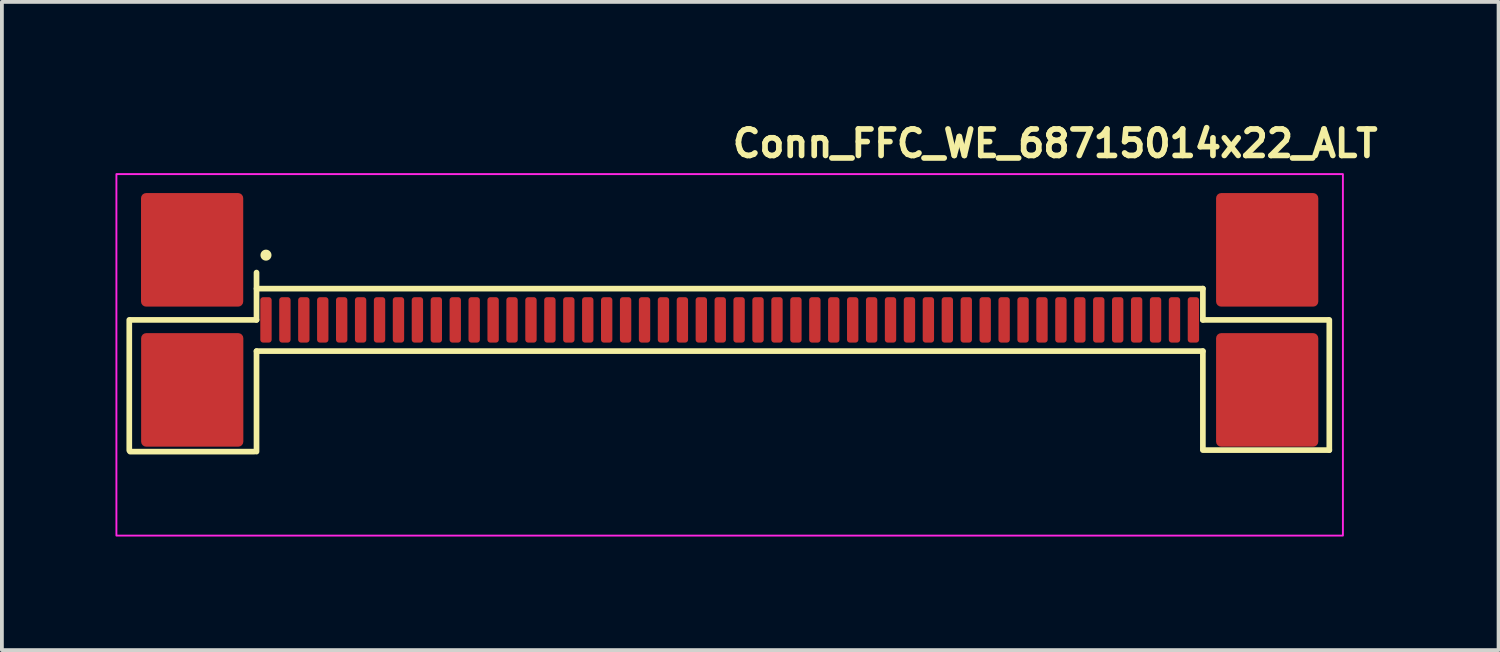
<source format=kicad_pcb>
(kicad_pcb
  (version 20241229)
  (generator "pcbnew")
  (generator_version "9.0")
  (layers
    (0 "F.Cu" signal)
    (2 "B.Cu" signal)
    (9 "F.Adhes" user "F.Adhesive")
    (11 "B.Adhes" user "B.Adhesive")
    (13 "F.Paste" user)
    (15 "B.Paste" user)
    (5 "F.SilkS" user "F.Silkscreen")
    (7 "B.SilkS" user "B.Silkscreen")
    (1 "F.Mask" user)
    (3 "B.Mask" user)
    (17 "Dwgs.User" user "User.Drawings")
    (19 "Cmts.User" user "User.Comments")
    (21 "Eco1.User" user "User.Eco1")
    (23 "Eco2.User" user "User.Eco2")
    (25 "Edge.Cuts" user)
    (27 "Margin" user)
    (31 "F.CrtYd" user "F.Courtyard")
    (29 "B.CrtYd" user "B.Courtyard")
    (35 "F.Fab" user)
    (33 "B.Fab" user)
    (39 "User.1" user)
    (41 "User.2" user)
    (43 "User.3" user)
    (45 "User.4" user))
  (footprint "Conn_FFC_WE_68715014x22_ALT"
    (layer "F.Cu")
    (at 16.226 7.55)
    (property "Reference" "Conn_FFC_WE_68715014x22_ALT" (at 0 -6.4 0) (layer "F.SilkS") (effects (font (size 0.7 0.7) (thickness 0.15)) (justify left bottom)))
    (attr smd)
    (fp_line (start -15.861 1.298) (end -15.861 -2.15) (stroke (width 0.15) (type solid)) (layer "F.SilkS"))
    (fp_line (start -15.83 -2.15) (end -12.5 -2.15) (stroke (width 0.15) (type solid)) (layer "F.SilkS"))
    (fp_line (start -12.561 1.33) (end -15.84 1.33) (stroke (width 0.15) (type solid)) (layer "F.SilkS"))
    (fp_line (start -12.5 -2.976) (end 12.499 -2.976) (stroke (width 0.15) (type solid)) (layer "F.SilkS"))
    (fp_line (start -12.5 -2.15) (end -12.5 -3.4) (stroke (width 0.15) (type solid)) (layer "F.SilkS"))
    (fp_line (start -12.5 -1.325) (end -12.5 1.33) (stroke (width 0.15) (type solid)) (layer "F.SilkS"))
    (fp_line (start -12.5 -1.325) (end 12.499 -1.325) (stroke (width 0.15) (type solid)) (layer "F.SilkS"))
    (fp_line (start 12.499 -2.15) (end 12.499 -2.976) (stroke (width 0.15) (type solid)) (layer "F.SilkS"))
    (fp_line (start 12.499 -1.325) (end 12.499 1.259) (stroke (width 0.15) (type solid)) (layer "F.SilkS"))
    (fp_line (start 12.499 1.29) (end 15.839 1.29) (stroke (width 0.15) (type solid)) (layer "F.SilkS"))
    (fp_line (start 15.81 -2.15) (end 12.499 -2.15) (stroke (width 0.15) (type solid)) (layer "F.SilkS"))
    (fp_line (start 15.839 1.29) (end 15.839 -2.15) (stroke (width 0.15) (type solid)) (layer "F.SilkS"))
    (fp_circle (center -12.25 -3.86) (end -12.2 -3.81) (stroke (width 0.15) (type solid)) (fill yes) (layer "F.SilkS"))
    (fp_rect (start -16.201 -6.001) (end 16.198 3.548) (stroke (width 0.05) (type solid)) (fill no) (layer "F.CrtYd"))
    (fp_rect (start -15.701 -2.551) (end 15.698 2.548) (stroke (width 0.1) (type solid)) (fill no) (layer "User.5"))
    (fp_line (start -15.701 1.249) (end 15.698 1.249) (stroke (width 0.02) (type solid)) (layer "User.9"))
    (fp_line (start -15.701 2.45) (end -15.701 1.249) (stroke (width 0.02) (type solid)) (layer "User.9"))
    (fp_line (start -15.701 2.454) (end -15.701 2.45) (stroke (width 0.02) (type solid)) (layer "User.9"))
    (fp_line (start -15.701 2.454) (end -15.701 2.45) (stroke (width 0.02) (type solid)) (layer "User.9"))
    (fp_line (start -15.701 2.459) (end -15.701 2.454) (stroke (width 0.02) (type solid)) (layer "User.9"))
    (fp_line (start -15.701 2.459) (end -15.701 2.454) (stroke (width 0.02) (type solid)) (layer "User.9"))
    (fp_line (start -15.701 2.463) (end -15.701 2.459) (stroke (width 0.02) (type solid)) (layer "User.9"))
    (fp_line (start -15.701 2.463) (end -15.701 2.459) (stroke (width 0.02) (type solid)) (layer "User.9"))
    (fp_line (start -15.699 2.468) (end -15.701 2.463) (stroke (width 0.02) (type solid)) (layer "User.9"))
    (fp_line (start -15.699 2.468) (end -15.701 2.463) (stroke (width 0.02) (type solid)) (layer "User.9"))
    (fp_line (start -15.699 2.474) (end -15.699 2.468) (stroke (width 0.02) (type solid)) (layer "User.9"))
    (fp_line (start -15.699 2.474) (end -15.699 2.468) (stroke (width 0.02) (type solid)) (layer "User.9"))
    (fp_line (start -15.696 2.479) (end -15.699 2.474) (stroke (width 0.02) (type solid)) (layer "User.9"))
    (fp_line (start -15.696 2.479) (end -15.699 2.474) (stroke (width 0.02) (type solid)) (layer "User.9"))
    (fp_line (start -15.695 2.483) (end -15.696 2.479) (stroke (width 0.02) (type solid)) (layer "User.9"))
    (fp_line (start -15.695 2.483) (end -15.696 2.479) (stroke (width 0.02) (type solid)) (layer "User.9"))
    (fp_line (start -15.693 2.487) (end -15.695 2.483) (stroke (width 0.02) (type solid)) (layer "User.9"))
    (fp_line (start -15.693 2.487) (end -15.695 2.483) (stroke (width 0.02) (type solid)) (layer "User.9"))
    (fp_line (start -15.692 2.491) (end -15.693 2.487) (stroke (width 0.02) (type solid)) (layer "User.9"))
    (fp_line (start -15.692 2.491) (end -15.693 2.487) (stroke (width 0.02) (type solid)) (layer "User.9"))
    (fp_line (start -15.689 2.496) (end -15.692 2.491) (stroke (width 0.02) (type solid)) (layer "User.9"))
    (fp_line (start -15.689 2.496) (end -15.692 2.491) (stroke (width 0.02) (type solid)) (layer "User.9"))
    (fp_line (start -15.686 2.5) (end -15.689 2.496) (stroke (width 0.02) (type solid)) (layer "User.9"))
    (fp_line (start -15.686 2.5) (end -15.689 2.496) (stroke (width 0.02) (type solid)) (layer "User.9"))
    (fp_line (start -15.683 2.504) (end -15.686 2.5) (stroke (width 0.02) (type solid)) (layer "User.9"))
    (fp_line (start -15.683 2.504) (end -15.686 2.5) (stroke (width 0.02) (type solid)) (layer "User.9"))
    (fp_line (start -15.682 2.508) (end -15.683 2.504) (stroke (width 0.02) (type solid)) (layer "User.9"))
    (fp_line (start -15.682 2.508) (end -15.683 2.504) (stroke (width 0.02) (type solid)) (layer "User.9"))
    (fp_line (start -15.679 2.512) (end -15.682 2.508) (stroke (width 0.02) (type solid)) (layer "User.9"))
    (fp_line (start -15.679 2.512) (end -15.682 2.508) (stroke (width 0.02) (type solid)) (layer "User.9"))
    (fp_line (start -15.674 2.515) (end -15.679 2.512) (stroke (width 0.02) (type solid)) (layer "User.9"))
    (fp_line (start -15.674 2.515) (end -15.679 2.512) (stroke (width 0.02) (type solid)) (layer "User.9"))
    (fp_line (start -15.672 2.519) (end -15.674 2.515) (stroke (width 0.02) (type solid)) (layer "User.9"))
    (fp_line (start -15.672 2.519) (end -15.674 2.515) (stroke (width 0.02) (type solid)) (layer "User.9"))
    (fp_line (start -15.667 2.523) (end -15.672 2.519) (stroke (width 0.02) (type solid)) (layer "User.9"))
    (fp_line (start -15.667 2.523) (end -15.672 2.519) (stroke (width 0.02) (type solid)) (layer "User.9"))
    (fp_line (start -15.664 2.527) (end -15.667 2.523) (stroke (width 0.02) (type solid)) (layer "User.9"))
    (fp_line (start -15.664 2.527) (end -15.667 2.523) (stroke (width 0.02) (type solid)) (layer "User.9"))
    (fp_line (start -15.66 2.53) (end -15.664 2.527) (stroke (width 0.02) (type solid)) (layer "User.9"))
    (fp_line (start -15.66 2.53) (end -15.664 2.527) (stroke (width 0.02) (type solid)) (layer "User.9"))
    (fp_line (start -15.657 2.531) (end -15.66 2.53) (stroke (width 0.02) (type solid)) (layer "User.9"))
    (fp_line (start -15.657 2.531) (end -15.66 2.53) (stroke (width 0.02) (type solid)) (layer "User.9"))
    (fp_line (start -15.653 2.535) (end -15.657 2.531) (stroke (width 0.02) (type solid)) (layer "User.9"))
    (fp_line (start -15.653 2.535) (end -15.657 2.531) (stroke (width 0.02) (type solid)) (layer "User.9"))
    (fp_line (start -15.648 2.538) (end -15.653 2.535) (stroke (width 0.02) (type solid)) (layer "User.9"))
    (fp_line (start -15.648 2.538) (end -15.653 2.535) (stroke (width 0.02) (type solid)) (layer "User.9"))
    (fp_line (start -15.644 2.539) (end -15.648 2.538) (stroke (width 0.02) (type solid)) (layer "User.9"))
    (fp_line (start -15.644 2.539) (end -15.648 2.538) (stroke (width 0.02) (type solid)) (layer "User.9"))
    (fp_line (start -15.64 2.542) (end -15.644 2.539) (stroke (width 0.02) (type solid)) (layer "User.9"))
    (fp_line (start -15.64 2.542) (end -15.644 2.539) (stroke (width 0.02) (type solid)) (layer "User.9"))
    (fp_line (start -15.635 2.543) (end -15.64 2.542) (stroke (width 0.02) (type solid)) (layer "User.9"))
    (fp_line (start -15.635 2.543) (end -15.64 2.542) (stroke (width 0.02) (type solid)) (layer "User.9"))
    (fp_line (start -15.631 2.544) (end -15.635 2.543) (stroke (width 0.02) (type solid)) (layer "User.9"))
    (fp_line (start -15.631 2.544) (end -15.635 2.543) (stroke (width 0.02) (type solid)) (layer "User.9"))
    (fp_line (start -15.625 2.547) (end -15.631 2.544) (stroke (width 0.02) (type solid)) (layer "User.9"))
    (fp_line (start -15.625 2.547) (end -15.631 2.544) (stroke (width 0.02) (type solid)) (layer "User.9"))
    (fp_line (start -15.621 2.547) (end -15.625 2.547) (stroke (width 0.02) (type solid)) (layer "User.9"))
    (fp_line (start -15.621 2.547) (end -15.625 2.547) (stroke (width 0.02) (type solid)) (layer "User.9"))
    (fp_line (start -15.615 2.548) (end -15.621 2.547) (stroke (width 0.02) (type solid)) (layer "User.9"))
    (fp_line (start -15.615 2.548) (end -15.621 2.547) (stroke (width 0.02) (type solid)) (layer "User.9"))
    (fp_line (start -15.611 2.548) (end -15.615 2.548) (stroke (width 0.02) (type solid)) (layer "User.9"))
    (fp_line (start -15.611 2.548) (end -15.615 2.548) (stroke (width 0.02) (type solid)) (layer "User.9"))
    (fp_line (start -15.606 2.548) (end -15.611 2.548) (stroke (width 0.02) (type solid)) (layer "User.9"))
    (fp_line (start -15.606 2.548) (end -15.611 2.548) (stroke (width 0.02) (type solid)) (layer "User.9"))
    (fp_line (start -15.6 2.548) (end -15.606 2.548) (stroke (width 0.02) (type solid)) (layer "User.9"))
    (fp_line (start -15.6 2.548) (end -15.606 2.548) (stroke (width 0.02) (type solid)) (layer "User.9"))
    (fp_line (start -15.6 2.548) (end 15.598 2.548) (stroke (width 0.02) (type solid)) (layer "User.9"))
    (fp_line (start -15.532 -0.359) (end -15.532 -0.355) (stroke (width 0.02) (type solid)) (layer "User.9"))
    (fp_line (start -15.532 -0.355) (end -15.532 -0.351) (stroke (width 0.02) (type solid)) (layer "User.9"))
    (fp_line (start -15.532 -0.351) (end -15.532 -0.346) (stroke (width 0.02) (type solid)) (layer "User.9"))
    (fp_line (start -15.532 -0.346) (end -15.531 -0.341) (stroke (width 0.02) (type solid)) (layer "User.9"))
    (fp_line (start -15.531 -1.262) (end -15.531 -1.262) (stroke (width 0.02) (type solid)) (layer "User.9"))
    (fp_line (start -15.531 -1.262) (end -15.531 -1.256) (stroke (width 0.02) (type solid)) (layer "User.9"))
    (fp_line (start -15.531 -1.256) (end -15.531 -1.252) (stroke (width 0.02) (type solid)) (layer "User.9"))
    (fp_line (start -15.531 -1.252) (end -15.531 -1.248) (stroke (width 0.02) (type solid)) (layer "User.9"))
    (fp_line (start -15.531 -1.248) (end -15.531 -1.242) (stroke (width 0.02) (type solid)) (layer "User.9"))
    (fp_line (start -15.531 -1.242) (end -15.531 -1.238) (stroke (width 0.02) (type solid)) (layer "User.9"))
    (fp_line (start -15.531 -1.238) (end -15.529 -1.234) (stroke (width 0.02) (type solid)) (layer "User.9"))
    (fp_line (start -15.531 -0.364) (end -15.532 -0.359) (stroke (width 0.02) (type solid)) (layer "User.9"))
    (fp_line (start -15.531 -0.341) (end -15.531 -0.341) (stroke (width 0.02) (type solid)) (layer "User.9"))
    (fp_line (start -15.531 -0.341) (end -15.531 -0.337) (stroke (width 0.02) (type solid)) (layer "User.9"))
    (fp_line (start -15.531 -0.337) (end -15.529 -0.332) (stroke (width 0.02) (type solid)) (layer "User.9"))
    (fp_line (start -15.529 -1.27) (end -15.529 -1.266) (stroke (width 0.02) (type solid)) (layer "User.9"))
    (fp_line (start -15.529 -1.266) (end -15.531 -1.262) (stroke (width 0.02) (type solid)) (layer "User.9"))
    (fp_line (start -15.529 -1.234) (end -15.529 -1.228) (stroke (width 0.02) (type solid)) (layer "User.9"))
    (fp_line (start -15.529 -1.228) (end -15.528 -1.224) (stroke (width 0.02) (type solid)) (layer "User.9"))
    (fp_line (start -15.529 -0.373) (end -15.529 -0.368) (stroke (width 0.02) (type solid)) (layer "User.9"))
    (fp_line (start -15.529 -0.368) (end -15.531 -0.364) (stroke (width 0.02) (type solid)) (layer "User.9"))
    (fp_line (start -15.529 -0.332) (end -15.529 -0.327) (stroke (width 0.02) (type solid)) (layer "User.9"))
    (fp_line (start -15.529 -0.327) (end -15.528 -0.323) (stroke (width 0.02) (type solid)) (layer "User.9"))
    (fp_line (start -15.528 -1.276) (end -15.529 -1.27) (stroke (width 0.02) (type solid)) (layer "User.9"))
    (fp_line (start -15.528 -1.224) (end -15.526 -1.22) (stroke (width 0.02) (type solid)) (layer "User.9"))
    (fp_line (start -15.528 -0.377) (end -15.529 -0.373) (stroke (width 0.02) (type solid)) (layer "User.9"))
    (fp_line (start -15.528 -0.323) (end -15.526 -0.317) (stroke (width 0.02) (type solid)) (layer "User.9"))
    (fp_line (start -15.526 -1.285) (end -15.526 -1.28) (stroke (width 0.02) (type solid)) (layer "User.9"))
    (fp_line (start -15.526 -1.28) (end -15.528 -1.276) (stroke (width 0.02) (type solid)) (layer "User.9"))
    (fp_line (start -15.526 -1.22) (end -15.525 -1.216) (stroke (width 0.02) (type solid)) (layer "User.9"))
    (fp_line (start -15.526 -0.387) (end -15.526 -0.382) (stroke (width 0.02) (type solid)) (layer "User.9"))
    (fp_line (start -15.526 -0.382) (end -15.528 -0.377) (stroke (width 0.02) (type solid)) (layer "User.9"))
    (fp_line (start -15.526 -0.317) (end -15.525 -0.313) (stroke (width 0.02) (type solid)) (layer "User.9"))
    (fp_line (start -15.525 -1.216) (end -15.522 -1.212) (stroke (width 0.02) (type solid)) (layer "User.9"))
    (fp_line (start -15.525 -0.313) (end -15.522 -0.309) (stroke (width 0.02) (type solid)) (layer "User.9"))
    (fp_line (start -15.523 -1.289) (end -15.526 -1.285) (stroke (width 0.02) (type solid)) (layer "User.9"))
    (fp_line (start -15.523 -0.391) (end -15.526 -0.387) (stroke (width 0.02) (type solid)) (layer "User.9"))
    (fp_line (start -15.522 -1.293) (end -15.523 -1.289) (stroke (width 0.02) (type solid)) (layer "User.9"))
    (fp_line (start -15.522 -1.212) (end -15.52 -1.208) (stroke (width 0.02) (type solid)) (layer "User.9"))
    (fp_line (start -15.522 -0.395) (end -15.523 -0.391) (stroke (width 0.02) (type solid)) (layer "User.9"))
    (fp_line (start -15.522 -0.309) (end -15.52 -0.305) (stroke (width 0.02) (type solid)) (layer "User.9"))
    (fp_line (start -15.52 -1.208) (end -15.519 -1.204) (stroke (width 0.02) (type solid)) (layer "User.9"))
    (fp_line (start -15.52 -0.305) (end -15.519 -0.301) (stroke (width 0.02) (type solid)) (layer "User.9"))
    (fp_line (start -15.519 -1.297) (end -15.522 -1.293) (stroke (width 0.02) (type solid)) (layer "User.9"))
    (fp_line (start -15.519 -1.204) (end -15.516 -1.2) (stroke (width 0.02) (type solid)) (layer "User.9"))
    (fp_line (start -15.519 -0.399) (end -15.522 -0.395) (stroke (width 0.02) (type solid)) (layer "User.9"))
    (fp_line (start -15.519 -0.301) (end -15.516 -0.297) (stroke (width 0.02) (type solid)) (layer "User.9"))
    (fp_line (start -15.517 -1.301) (end -15.519 -1.297) (stroke (width 0.02) (type solid)) (layer "User.9"))
    (fp_line (start -15.517 -0.403) (end -15.519 -0.399) (stroke (width 0.02) (type solid)) (layer "User.9"))
    (fp_line (start -15.516 -1.305) (end -15.517 -1.301) (stroke (width 0.02) (type solid)) (layer "User.9"))
    (fp_line (start -15.516 -1.2) (end -15.515 -1.196) (stroke (width 0.02) (type solid)) (layer "User.9"))
    (fp_line (start -15.516 -0.297) (end -15.513 -0.293) (stroke (width 0.02) (type solid)) (layer "User.9"))
    (fp_line (start -15.515 -1.196) (end -15.512 -1.192) (stroke (width 0.02) (type solid)) (layer "User.9"))
    (fp_line (start -15.515 -0.407) (end -15.517 -0.403) (stroke (width 0.02) (type solid)) (layer "User.9"))
    (fp_line (start -15.513 -1.309) (end -15.516 -1.305) (stroke (width 0.02) (type solid)) (layer "User.9"))
    (fp_line (start -15.513 -0.411) (end -15.515 -0.407) (stroke (width 0.02) (type solid)) (layer "User.9"))
    (fp_line (start -15.513 -0.293) (end -15.51 -0.289) (stroke (width 0.02) (type solid)) (layer "User.9"))
    (fp_line (start -15.512 -1.192) (end -15.509 -1.188) (stroke (width 0.02) (type solid)) (layer "User.9"))
    (fp_line (start -15.51 -1.313) (end -15.513 -1.309) (stroke (width 0.02) (type solid)) (layer "User.9"))
    (fp_line (start -15.51 -0.414) (end -15.513 -0.411) (stroke (width 0.02) (type solid)) (layer "User.9"))
    (fp_line (start -15.51 -0.289) (end -15.507 -0.287) (stroke (width 0.02) (type solid)) (layer "User.9"))
    (fp_line (start -15.509 -1.188) (end -15.506 -1.184) (stroke (width 0.02) (type solid)) (layer "User.9"))
    (fp_line (start -15.507 -1.315) (end -15.51 -1.313) (stroke (width 0.02) (type solid)) (layer "User.9"))
    (fp_line (start -15.507 -0.287) (end -15.504 -0.284) (stroke (width 0.02) (type solid)) (layer "User.9"))
    (fp_line (start -15.506 -1.184) (end -15.503 -1.182) (stroke (width 0.02) (type solid)) (layer "User.9"))
    (fp_line (start -15.506 -0.417) (end -15.51 -0.414) (stroke (width 0.02) (type solid)) (layer "User.9"))
    (fp_line (start -15.504 -1.319) (end -15.507 -1.315) (stroke (width 0.02) (type solid)) (layer "User.9"))
    (fp_line (start -15.504 -0.284) (end -15.501 -0.28) (stroke (width 0.02) (type solid)) (layer "User.9"))
    (fp_line (start -15.503 -1.182) (end -15.5 -1.178) (stroke (width 0.02) (type solid)) (layer "User.9"))
    (fp_line (start -15.503 -0.42) (end -15.506 -0.417) (stroke (width 0.02) (type solid)) (layer "User.9"))
    (fp_line (start -15.501 -1.323) (end -15.504 -1.319) (stroke (width 0.02) (type solid)) (layer "User.9"))
    (fp_line (start -15.501 -0.28) (end -15.499 -0.277) (stroke (width 0.02) (type solid)) (layer "User.9"))
    (fp_line (start -15.5 -1.178) (end -15.497 -1.176) (stroke (width 0.02) (type solid)) (layer "User.9"))
    (fp_line (start -15.5 -0.423) (end -15.503 -0.42) (stroke (width 0.02) (type solid)) (layer "User.9"))
    (fp_line (start -15.499 -0.277) (end -15.496 -0.274) (stroke (width 0.02) (type solid)) (layer "User.9"))
    (fp_line (start -15.497 -1.325) (end -15.501 -1.323) (stroke (width 0.02) (type solid)) (layer "User.9"))
    (fp_line (start -15.497 -1.176) (end -15.494 -1.172) (stroke (width 0.02) (type solid)) (layer "User.9"))
    (fp_line (start -15.497 -0.426) (end -15.5 -0.423) (stroke (width 0.02) (type solid)) (layer "User.9"))
    (fp_line (start -15.496 -0.274) (end -15.491 -0.272) (stroke (width 0.02) (type solid)) (layer "User.9"))
    (fp_line (start -15.494 -1.329) (end -15.497 -1.325) (stroke (width 0.02) (type solid)) (layer "User.9"))
    (fp_line (start -15.494 -1.172) (end -15.49 -1.17) (stroke (width 0.02) (type solid)) (layer "User.9"))
    (fp_line (start -15.494 -0.429) (end -15.497 -0.426) (stroke (width 0.02) (type solid)) (layer "User.9"))
    (fp_line (start -15.491 -1.331) (end -15.494 -1.329) (stroke (width 0.02) (type solid)) (layer "User.9"))
    (fp_line (start -15.491 -0.272) (end -15.487 -0.269) (stroke (width 0.02) (type solid)) (layer "User.9"))
    (fp_line (start -15.49 -1.17) (end -15.486 -1.168) (stroke (width 0.02) (type solid)) (layer "User.9"))
    (fp_line (start -15.49 -0.432) (end -15.494 -0.429) (stroke (width 0.02) (type solid)) (layer "User.9"))
    (fp_line (start -15.487 -1.333) (end -15.491 -1.331) (stroke (width 0.02) (type solid)) (layer "User.9"))
    (fp_line (start -15.487 -0.434) (end -15.49 -0.432) (stroke (width 0.02) (type solid)) (layer "User.9"))
    (fp_line (start -15.487 -0.269) (end -15.484 -0.266) (stroke (width 0.02) (type solid)) (layer "User.9"))
    (fp_line (start -15.486 -1.168) (end -15.481 -1.164) (stroke (width 0.02) (type solid)) (layer "User.9"))
    (fp_line (start -15.484 -1.337) (end -15.487 -1.333) (stroke (width 0.02) (type solid)) (layer "User.9"))
    (fp_line (start -15.484 -0.266) (end -15.481 -0.264) (stroke (width 0.02) (type solid)) (layer "User.9"))
    (fp_line (start -15.483 -0.437) (end -15.487 -0.434) (stroke (width 0.02) (type solid)) (layer "User.9"))
    (fp_line (start -15.481 -1.164) (end -15.477 -1.162) (stroke (width 0.02) (type solid)) (layer "User.9"))
    (fp_line (start -15.481 -0.264) (end -15.477 -0.262) (stroke (width 0.02) (type solid)) (layer "User.9"))
    (fp_line (start -15.48 -1.339) (end -15.484 -1.337) (stroke (width 0.02) (type solid)) (layer "User.9"))
    (fp_line (start -15.478 -0.439) (end -15.483 -0.437) (stroke (width 0.02) (type solid)) (layer "User.9"))
    (fp_line (start -15.477 -1.162) (end -15.474 -1.16) (stroke (width 0.02) (type solid)) (layer "User.9"))
    (fp_line (start -15.477 -0.262) (end -15.472 -0.26) (stroke (width 0.02) (type solid)) (layer "User.9"))
    (fp_line (start -15.475 -1.341) (end -15.48 -1.339) (stroke (width 0.02) (type solid)) (layer "User.9"))
    (fp_line (start -15.474 -1.16) (end -15.47 -1.158) (stroke (width 0.02) (type solid)) (layer "User.9"))
    (fp_line (start -15.474 -0.441) (end -15.478 -0.439) (stroke (width 0.02) (type solid)) (layer "User.9"))
    (fp_line (start -15.472 -0.26) (end -15.468 -0.258) (stroke (width 0.02) (type solid)) (layer "User.9"))
    (fp_line (start -15.471 -1.343) (end -15.475 -1.341) (stroke (width 0.02) (type solid)) (layer "User.9"))
    (fp_line (start -15.47 -1.158) (end -15.465 -1.156) (stroke (width 0.02) (type solid)) (layer "User.9"))
    (fp_line (start -15.47 -0.443) (end -15.474 -0.441) (stroke (width 0.02) (type solid)) (layer "User.9"))
    (fp_line (start -15.468 -1.345) (end -15.471 -1.343) (stroke (width 0.02) (type solid)) (layer "User.9"))
    (fp_line (start -15.468 -0.258) (end -15.464 -0.256) (stroke (width 0.02) (type solid)) (layer "User.9"))
    (fp_line (start -15.465 -1.156) (end -15.461 -1.156) (stroke (width 0.02) (type solid)) (layer "User.9"))
    (fp_line (start -15.465 -0.445) (end -15.47 -0.443) (stroke (width 0.02) (type solid)) (layer "User.9"))
    (fp_line (start -15.464 -1.345) (end -15.468 -1.345) (stroke (width 0.02) (type solid)) (layer "User.9"))
    (fp_line (start -15.464 -0.256) (end -15.459 -0.254) (stroke (width 0.02) (type solid)) (layer "User.9"))
    (fp_line (start -15.461 -1.156) (end -15.456 -1.154) (stroke (width 0.02) (type solid)) (layer "User.9"))
    (fp_line (start -15.461 -0.446) (end -15.465 -0.445) (stroke (width 0.02) (type solid)) (layer "User.9"))
    (fp_line (start -15.459 -0.254) (end -15.455 -0.253) (stroke (width 0.02) (type solid)) (layer "User.9"))
    (fp_line (start -15.458 -1.347) (end -15.464 -1.345) (stroke (width 0.02) (type solid)) (layer "User.9"))
    (fp_line (start -15.456 -1.154) (end -15.452 -1.154) (stroke (width 0.02) (type solid)) (layer "User.9"))
    (fp_line (start -15.456 -0.447) (end -15.461 -0.446) (stroke (width 0.02) (type solid)) (layer "User.9"))
    (fp_line (start -15.455 -1.349) (end -15.458 -1.347) (stroke (width 0.02) (type solid)) (layer "User.9"))
    (fp_line (start -15.455 -0.253) (end -15.451 -0.252) (stroke (width 0.02) (type solid)) (layer "User.9"))
    (fp_line (start -15.452 -1.154) (end -15.151 -1.091) (stroke (width 0.02) (type solid)) (layer "User.9"))
    (fp_line (start -15.452 -0.448) (end -15.456 -0.447) (stroke (width 0.02) (type solid)) (layer "User.9"))
    (fp_line (start -15.451 -0.252) (end -15.445 -0.251) (stroke (width 0.02) (type solid)) (layer "User.9"))
    (fp_line (start -15.449 -1.349) (end -15.455 -1.349) (stroke (width 0.02) (type solid)) (layer "User.9"))
    (fp_line (start -15.445 -1.349) (end -15.449 -1.349) (stroke (width 0.02) (type solid)) (layer "User.9"))
    (fp_line (start -15.445 -0.251) (end -15.442 -0.251) (stroke (width 0.02) (type solid)) (layer "User.9"))
    (fp_line (start -15.442 -0.251) (end -15.436 -0.251) (stroke (width 0.02) (type solid)) (layer "User.9"))
    (fp_line (start -15.44 -1.351) (end -15.445 -1.349) (stroke (width 0.02) (type solid)) (layer "User.9"))
    (fp_line (start -15.436 -1.351) (end -15.44 -1.351) (stroke (width 0.02) (type solid)) (layer "User.9"))
    (fp_line (start -15.436 -0.251) (end -15.432 -0.25) (stroke (width 0.02) (type solid)) (layer "User.9"))
    (fp_line (start -15.432 -0.25) (end -15.151 -0.25) (stroke (width 0.02) (type solid)) (layer "User.9"))
    (fp_line (start -15.43 -1.351) (end -15.436 -1.351) (stroke (width 0.02) (type solid)) (layer "User.9"))
    (fp_line (start -15.43 -1.351) (end -15.151 -1.351) (stroke (width 0.02) (type solid)) (layer "User.9"))
    (fp_line (start -15.401 1.249) (end -15.388 1.249) (stroke (width 0.02) (type solid)) (layer "User.9"))
    (fp_line (start -15.388 1.249) (end -15.376 1.247) (stroke (width 0.02) (type solid)) (layer "User.9"))
    (fp_line (start -15.376 1.247) (end -15.365 1.247) (stroke (width 0.02) (type solid)) (layer "User.9"))
    (fp_line (start -15.365 1.247) (end -15.352 1.243) (stroke (width 0.02) (type solid)) (layer "User.9"))
    (fp_line (start -15.352 1.243) (end -15.34 1.241) (stroke (width 0.02) (type solid)) (layer "User.9"))
    (fp_line (start -15.34 1.241) (end -15.329 1.237) (stroke (width 0.02) (type solid)) (layer "User.9"))
    (fp_line (start -15.329 1.237) (end -15.317 1.235) (stroke (width 0.02) (type solid)) (layer "User.9"))
    (fp_line (start -15.317 1.235) (end -15.305 1.229) (stroke (width 0.02) (type solid)) (layer "User.9"))
    (fp_line (start -15.305 1.229) (end -15.295 1.225) (stroke (width 0.02) (type solid)) (layer "User.9"))
    (fp_line (start -15.295 1.225) (end -15.283 1.219) (stroke (width 0.02) (type solid)) (layer "User.9"))
    (fp_line (start -15.283 1.219) (end -15.272 1.213) (stroke (width 0.02) (type solid)) (layer "User.9"))
    (fp_line (start -15.272 1.213) (end -15.263 1.207) (stroke (width 0.02) (type solid)) (layer "User.9"))
    (fp_line (start -15.263 1.207) (end -15.253 1.199) (stroke (width 0.02) (type solid)) (layer "User.9"))
    (fp_line (start -15.253 1.199) (end -15.243 1.193) (stroke (width 0.02) (type solid)) (layer "User.9"))
    (fp_line (start -15.243 1.193) (end -15.234 1.185) (stroke (width 0.02) (type solid)) (layer "User.9"))
    (fp_line (start -15.234 1.185) (end -15.224 1.175) (stroke (width 0.02) (type solid)) (layer "User.9"))
    (fp_line (start -15.224 1.175) (end -15.224 1.175) (stroke (width 0.02) (type solid)) (layer "User.9"))
    (fp_line (start -15.224 1.175) (end -15.215 1.167) (stroke (width 0.02) (type solid)) (layer "User.9"))
    (fp_line (start -15.215 1.167) (end -15.208 1.157) (stroke (width 0.02) (type solid)) (layer "User.9"))
    (fp_line (start -15.208 1.157) (end -15.201 1.148) (stroke (width 0.02) (type solid)) (layer "User.9"))
    (fp_line (start -15.201 1.148) (end -15.193 1.138) (stroke (width 0.02) (type solid)) (layer "User.9"))
    (fp_line (start -15.193 1.138) (end -15.186 1.128) (stroke (width 0.02) (type solid)) (layer "User.9"))
    (fp_line (start -15.186 1.128) (end -15.18 1.116) (stroke (width 0.02) (type solid)) (layer "User.9"))
    (fp_line (start -15.18 1.116) (end -15.176 1.106) (stroke (width 0.02) (type solid)) (layer "User.9"))
    (fp_line (start -15.176 1.106) (end -15.17 1.094) (stroke (width 0.02) (type solid)) (layer "User.9"))
    (fp_line (start -15.17 1.094) (end -15.166 1.084) (stroke (width 0.02) (type solid)) (layer "User.9"))
    (fp_line (start -15.166 1.084) (end -15.163 1.072) (stroke (width 0.02) (type solid)) (layer "User.9"))
    (fp_line (start -15.163 1.072) (end -15.158 1.06) (stroke (width 0.02) (type solid)) (layer "User.9"))
    (fp_line (start -15.158 1.06) (end -15.157 1.048) (stroke (width 0.02) (type solid)) (layer "User.9"))
    (fp_line (start -15.157 1.048) (end -15.154 1.036) (stroke (width 0.02) (type solid)) (layer "User.9"))
    (fp_line (start -15.154 1.036) (end -15.153 1.024) (stroke (width 0.02) (type solid)) (layer "User.9"))
    (fp_line (start -15.153 1.024) (end -15.151 1.011) (stroke (width 0.02) (type solid)) (layer "User.9"))
    (fp_line (start -15.151 -1.75) (end -15.151 0.998) (stroke (width 0.02) (type solid)) (layer "User.9"))
    (fp_line (start -15.151 -1.75) (end -14.701 -1.75) (stroke (width 0.02) (type solid)) (layer "User.9"))
    (fp_line (start -15.151 -0.511) (end -15.452 -0.448) (stroke (width 0.02) (type solid)) (layer "User.9"))
    (fp_line (start -15.151 1.011) (end -15.151 0.998) (stroke (width 0.02) (type solid)) (layer "User.9"))
    (fp_line (start -14.701 -1.75) (end -14.701 1.249) (stroke (width 0.02) (type solid)) (layer "User.9"))
    (fp_line (start -14.701 -1.75) (end -13.93 -1.75) (stroke (width 0.02) (type solid)) (layer "User.9"))
    (fp_line (start -14.531 0.748) (end -14.531 -1.351) (stroke (width 0.02) (type solid)) (layer "User.9"))
    (fp_line (start -14.131 -0.71) (end -14.129 -0.72) (stroke (width 0.02) (type solid)) (layer "User.9"))
    (fp_line (start -14.131 -0.702) (end -14.131 -0.71) (stroke (width 0.02) (type solid)) (layer "User.9"))
    (fp_line (start -14.131 -0.692) (end -14.131 -0.702) (stroke (width 0.02) (type solid)) (layer "User.9"))
    (fp_line (start -14.129 -0.72) (end -14.128 -0.729) (stroke (width 0.02) (type solid)) (layer "User.9"))
    (fp_line (start -14.129 -0.682) (end -14.131 -0.692) (stroke (width 0.02) (type solid)) (layer "User.9"))
    (fp_line (start -14.128 -0.729) (end -14.125 -0.739) (stroke (width 0.02) (type solid)) (layer "User.9"))
    (fp_line (start -14.128 -0.673) (end -14.129 -0.682) (stroke (width 0.02) (type solid)) (layer "User.9"))
    (fp_line (start -14.125 -0.739) (end -14.124 -0.748) (stroke (width 0.02) (type solid)) (layer "User.9"))
    (fp_line (start -14.125 -0.663) (end -14.128 -0.673) (stroke (width 0.02) (type solid)) (layer "User.9"))
    (fp_line (start -14.124 -0.748) (end -14.119 -0.758) (stroke (width 0.02) (type solid)) (layer "User.9"))
    (fp_line (start -14.124 -0.654) (end -14.125 -0.663) (stroke (width 0.02) (type solid)) (layer "User.9"))
    (fp_line (start -14.119 -0.758) (end -14.115 -0.767) (stroke (width 0.02) (type solid)) (layer "User.9"))
    (fp_line (start -14.119 -0.644) (end -14.124 -0.654) (stroke (width 0.02) (type solid)) (layer "User.9"))
    (fp_line (start -14.115 -0.767) (end -14.11 -0.776) (stroke (width 0.02) (type solid)) (layer "User.9"))
    (fp_line (start -14.115 -0.634) (end -14.119 -0.644) (stroke (width 0.02) (type solid)) (layer "User.9"))
    (fp_line (start -14.11 -0.776) (end -14.11 -0.776) (stroke (width 0.02) (type solid)) (layer "User.9"))
    (fp_line (start -14.11 -0.776) (end -14.109 -0.781) (stroke (width 0.02) (type solid)) (layer "User.9"))
    (fp_line (start -14.11 -0.625) (end -14.115 -0.634) (stroke (width 0.02) (type solid)) (layer "User.9"))
    (fp_line (start -14.11 -0.625) (end -14.11 -0.625) (stroke (width 0.02) (type solid)) (layer "User.9"))
    (fp_line (start -14.109 -0.781) (end -14.106 -0.785) (stroke (width 0.02) (type solid)) (layer "User.9"))
    (fp_line (start -14.106 -0.785) (end -14.103 -0.789) (stroke (width 0.02) (type solid)) (layer "User.9"))
    (fp_line (start -14.106 -0.617) (end -14.11 -0.625) (stroke (width 0.02) (type solid)) (layer "User.9"))
    (fp_line (start -14.103 -0.789) (end -14.099 -0.793) (stroke (width 0.02) (type solid)) (layer "User.9"))
    (fp_line (start -14.099 -0.793) (end -14.096 -0.797) (stroke (width 0.02) (type solid)) (layer "User.9"))
    (fp_line (start -14.099 -0.609) (end -14.106 -0.617) (stroke (width 0.02) (type solid)) (layer "User.9"))
    (fp_line (start -14.096 -0.797) (end -14.093 -0.801) (stroke (width 0.02) (type solid)) (layer "User.9"))
    (fp_line (start -14.093 -0.801) (end -14.09 -0.804) (stroke (width 0.02) (type solid)) (layer "User.9"))
    (fp_line (start -14.093 -0.601) (end -14.099 -0.609) (stroke (width 0.02) (type solid)) (layer "User.9"))
    (fp_line (start -14.09 -0.804) (end -14.087 -0.808) (stroke (width 0.02) (type solid)) (layer "User.9"))
    (fp_line (start -14.087 -0.808) (end -14.083 -0.811) (stroke (width 0.02) (type solid)) (layer "User.9"))
    (fp_line (start -14.087 -0.594) (end -14.093 -0.601) (stroke (width 0.02) (type solid)) (layer "User.9"))
    (fp_line (start -14.083 -0.811) (end -14.08 -0.814) (stroke (width 0.02) (type solid)) (layer "User.9"))
    (fp_line (start -14.08 -0.814) (end -14.076 -0.818) (stroke (width 0.02) (type solid)) (layer "User.9"))
    (fp_line (start -14.08 -0.588) (end -14.087 -0.594) (stroke (width 0.02) (type solid)) (layer "User.9"))
    (fp_line (start -14.076 -0.818) (end -14.073 -0.821) (stroke (width 0.02) (type solid)) (layer "User.9"))
    (fp_line (start -14.073 -0.821) (end -14.068 -0.824) (stroke (width 0.02) (type solid)) (layer "User.9"))
    (fp_line (start -14.073 -0.581) (end -14.08 -0.588) (stroke (width 0.02) (type solid)) (layer "User.9"))
    (fp_line (start -14.068 -0.824) (end -14.064 -0.826) (stroke (width 0.02) (type solid)) (layer "User.9"))
    (fp_line (start -14.064 -0.826) (end -14.061 -0.829) (stroke (width 0.02) (type solid)) (layer "User.9"))
    (fp_line (start -14.064 -0.577) (end -14.073 -0.581) (stroke (width 0.02) (type solid)) (layer "User.9"))
    (fp_line (start -14.061 -0.829) (end -14.055 -0.831) (stroke (width 0.02) (type solid)) (layer "User.9"))
    (fp_line (start -14.055 -0.831) (end -14.051 -0.833) (stroke (width 0.02) (type solid)) (layer "User.9"))
    (fp_line (start -14.055 -0.572) (end -14.064 -0.577) (stroke (width 0.02) (type solid)) (layer "User.9"))
    (fp_line (start -14.051 -0.833) (end -14.048 -0.835) (stroke (width 0.02) (type solid)) (layer "User.9"))
    (fp_line (start -14.048 -0.835) (end -14.044 -0.837) (stroke (width 0.02) (type solid)) (layer "User.9"))
    (fp_line (start -14.048 -0.567) (end -14.055 -0.572) (stroke (width 0.02) (type solid)) (layer "User.9"))
    (fp_line (start -14.044 -0.837) (end -14.038 -0.839) (stroke (width 0.02) (type solid)) (layer "User.9"))
    (fp_line (start -14.038 -0.839) (end -14.035 -0.841) (stroke (width 0.02) (type solid)) (layer "User.9"))
    (fp_line (start -14.038 -0.563) (end -14.048 -0.567) (stroke (width 0.02) (type solid)) (layer "User.9"))
    (fp_line (start -14.035 -0.841) (end -14.029 -0.842) (stroke (width 0.02) (type solid)) (layer "User.9"))
    (fp_line (start -14.029 -0.842) (end -14.025 -0.844) (stroke (width 0.02) (type solid)) (layer "User.9"))
    (fp_line (start -14.029 -0.56) (end -14.038 -0.563) (stroke (width 0.02) (type solid)) (layer "User.9"))
    (fp_line (start -14.025 -0.844) (end -14.02 -0.845) (stroke (width 0.02) (type solid)) (layer "User.9"))
    (fp_line (start -14.02 -0.845) (end -14.016 -0.847) (stroke (width 0.02) (type solid)) (layer "User.9"))
    (fp_line (start -14.02 -0.557) (end -14.029 -0.56) (stroke (width 0.02) (type solid)) (layer "User.9"))
    (fp_line (start -14.016 -0.847) (end -14.01 -0.848) (stroke (width 0.02) (type solid)) (layer "User.9"))
    (fp_line (start -14.01 -0.848) (end -14.006 -0.848) (stroke (width 0.02) (type solid)) (layer "User.9"))
    (fp_line (start -14.01 -0.554) (end -14.02 -0.557) (stroke (width 0.02) (type solid)) (layer "User.9"))
    (fp_line (start -14.006 -0.848) (end -14 -0.849) (stroke (width 0.02) (type solid)) (layer "User.9"))
    (fp_line (start -14 -0.849) (end -13.996 -0.85) (stroke (width 0.02) (type solid)) (layer "User.9"))
    (fp_line (start -14 -0.553) (end -14.01 -0.554) (stroke (width 0.02) (type solid)) (layer "User.9"))
    (fp_line (start -13.996 -0.85) (end -13.99 -0.85) (stroke (width 0.02) (type solid)) (layer "User.9"))
    (fp_line (start -13.99 -0.85) (end -13.987 -0.85) (stroke (width 0.02) (type solid)) (layer "User.9"))
    (fp_line (start -13.99 -0.552) (end -14 -0.553) (stroke (width 0.02) (type solid)) (layer "User.9"))
    (fp_line (start -13.987 -0.85) (end -13.981 -0.851) (stroke (width 0.02) (type solid)) (layer "User.9"))
    (fp_line (start -13.981 -0.851) (end -13.44 -0.851) (stroke (width 0.02) (type solid)) (layer "User.9"))
    (fp_line (start -13.981 -0.551) (end -13.99 -0.552) (stroke (width 0.02) (type solid)) (layer "User.9"))
    (fp_line (start -13.781 -1.601) (end -13.93 -1.75) (stroke (width 0.02) (type solid)) (layer "User.9"))
    (fp_line (start -13.781 -1.351) (end -13.781 -1.601) (stroke (width 0.02) (type solid)) (layer "User.9"))
    (fp_line (start -13.781 -0.551) (end -13.781 -0.851) (stroke (width 0.02) (type solid)) (layer "User.9"))
    (fp_line (start -13.781 0.849) (end -13.781 0.748) (stroke (width 0.02) (type solid)) (layer "User.9"))
    (fp_line (start -13.631 -1.45) (end -13.781 -1.601) (stroke (width 0.02) (type solid)) (layer "User.9"))
    (fp_line (start -13.631 -1.45) (end -13.631 -1.351) (stroke (width 0.02) (type solid)) (layer "User.9"))
    (fp_line (start -13.631 -0.851) (end -13.631 -0.551) (stroke (width 0.02) (type solid)) (layer "User.9"))
    (fp_line (start -13.631 0.748) (end -13.631 0.849) (stroke (width 0.02) (type solid)) (layer "User.9"))
    (fp_line (start -13.44 -1.351) (end -14.531 -1.351) (stroke (width 0.02) (type solid)) (layer "User.9"))
    (fp_line (start -13.44 -1.351) (end -13.231 -1.351) (stroke (width 0.02) (type solid)) (layer "User.9"))
    (fp_line (start -13.44 -0.551) (end -13.981 -0.551) (stroke (width 0.02) (type solid)) (layer "User.9"))
    (fp_line (start -13.44 -0.551) (end -13.231 -0.551) (stroke (width 0.02) (type solid)) (layer "User.9"))
    (fp_line (start -13.44 0.748) (end -14.531 0.748) (stroke (width 0.02) (type solid)) (layer "User.9"))
    (fp_line (start -13.44 0.748) (end -13.231 0.748) (stroke (width 0.02) (type solid)) (layer "User.9"))
    (fp_line (start -13.43 -1.551) (end -13.43 -1.351) (stroke (width 0.02) (type solid)) (layer "User.9"))
    (fp_line (start -13.43 -1.551) (end -13.231 -1.551) (stroke (width 0.02) (type solid)) (layer "User.9"))
    (fp_line (start -13.43 0.849) (end -13.781 0.849) (stroke (width 0.02) (type solid)) (layer "User.9"))
    (fp_line (start -13.43 0.849) (end -13.43 1.249) (stroke (width 0.02) (type solid)) (layer "User.9"))
    (fp_line (start -13.231 -1.551) (end -13.231 -1.351) (stroke (width 0.02) (type solid)) (layer "User.9"))
    (fp_line (start -13.231 -1.25) (end -13.231 -1.351) (stroke (width 0.02) (type solid)) (layer "User.9"))
    (fp_line (start -13.231 -1.25) (end -13.231 -1.351) (stroke (width 0.02) (type solid)) (layer "User.9"))
    (fp_line (start -13.231 -0.851) (end -13.44 -0.851) (stroke (width 0.02) (type solid)) (layer "User.9"))
    (fp_line (start -13.231 1.249) (end -13.231 -1.25) (stroke (width 0.02) (type solid)) (layer "User.9"))
    (fp_line (start -13.231 1.249) (end 13.23 1.249) (stroke (width 0.02) (type solid)) (layer "User.9"))
    (fp_line (start -12.731 -1.75) (end -13.231 -1.25) (stroke (width 0.02) (type solid)) (layer "User.9"))
    (fp_line (start -12.731 -1.75) (end -12.35 -1.75) (stroke (width 0.02) (type solid)) (layer "User.9"))
    (fp_line (start -12.35 -2.551) (end -12.151 -2.551) (stroke (width 0.02) (type solid)) (layer "User.9"))
    (fp_line (start -12.35 -2.05) (end -12.35 -2.551) (stroke (width 0.02) (type solid)) (layer "User.9"))
    (fp_line (start -12.35 -2.05) (end -12.151 -2.05) (stroke (width 0.02) (type solid)) (layer "User.9"))
    (fp_line (start -12.35 -1.75) (end -12.35 -2.05) (stroke (width 0.02) (type solid)) (layer "User.9"))
    (fp_line (start -12.35 -1.75) (end -12.35 -1.25) (stroke (width 0.02) (type solid)) (layer "User.9"))
    (fp_line (start -12.35 -1.75) (end -12.151 -1.75) (stroke (width 0.02) (type solid)) (layer "User.9"))
    (fp_line (start -12.35 -1.25) (end -12.35 -1.75) (stroke (width 0.02) (type solid)) (layer "User.9"))
    (fp_line (start -12.35 -1.25) (end -12.151 -1.25) (stroke (width 0.02) (type solid)) (layer "User.9"))
    (fp_line (start -12.35 -1.25) (end -12.151 -1.25) (stroke (width 0.02) (type solid)) (layer "User.9"))
    (fp_line (start -12.151 -2.05) (end -12.151 -2.551) (stroke (width 0.02) (type solid)) (layer "User.9"))
    (fp_line (start -12.151 -1.75) (end -12.151 -2.05) (stroke (width 0.02) (type solid)) (layer "User.9"))
    (fp_line (start -12.151 -1.75) (end -12.151 -1.25) (stroke (width 0.02) (type solid)) (layer "User.9"))
    (fp_line (start -12.151 -1.75) (end -11.85 -1.75) (stroke (width 0.02) (type solid)) (layer "User.9"))
    (fp_line (start -12.151 -1.25) (end -12.151 -1.75) (stroke (width 0.02) (type solid)) (layer "User.9"))
    (fp_line (start -11.85 -2.551) (end -11.651 -2.551) (stroke (width 0.02) (type solid)) (layer "User.9"))
    (fp_line (start -11.85 -2.05) (end -11.85 -2.551) (stroke (width 0.02) (type solid)) (layer "User.9"))
    (fp_line (start -11.85 -2.05) (end -11.651 -2.05) (stroke (width 0.02) (type solid)) (layer "User.9"))
    (fp_line (start -11.85 -1.75) (end -11.85 -2.05) (stroke (width 0.02) (type solid)) (layer "User.9"))
    (fp_line (start -11.85 -1.75) (end -11.85 -1.25) (stroke (width 0.02) (type solid)) (layer "User.9"))
    (fp_line (start -11.85 -1.75) (end -11.651 -1.75) (stroke (width 0.02) (type solid)) (layer "User.9"))
    (fp_line (start -11.85 -1.25) (end -11.85 -1.75) (stroke (width 0.02) (type solid)) (layer "User.9"))
    (fp_line (start -11.85 -1.25) (end -11.651 -1.25) (stroke (width 0.02) (type solid)) (layer "User.9"))
    (fp_line (start -11.85 -1.25) (end -11.651 -1.25) (stroke (width 0.02) (type solid)) (layer "User.9"))
    (fp_line (start -11.651 -2.05) (end -11.651 -2.551) (stroke (width 0.02) (type solid)) (layer "User.9"))
    (fp_line (start -11.651 -1.75) (end -11.651 -2.05) (stroke (width 0.02) (type solid)) (layer "User.9"))
    (fp_line (start -11.651 -1.75) (end -11.651 -1.25) (stroke (width 0.02) (type solid)) (layer "User.9"))
    (fp_line (start -11.651 -1.75) (end -11.35 -1.75) (stroke (width 0.02) (type solid)) (layer "User.9"))
    (fp_line (start -11.651 -1.25) (end -11.651 -1.75) (stroke (width 0.02) (type solid)) (layer "User.9"))
    (fp_line (start -11.35 -2.551) (end -11.151 -2.551) (stroke (width 0.02) (type solid)) (layer "User.9"))
    (fp_line (start -11.35 -2.05) (end -11.35 -2.551) (stroke (width 0.02) (type solid)) (layer "User.9"))
    (fp_line (start -11.35 -2.05) (end -11.151 -2.05) (stroke (width 0.02) (type solid)) (layer "User.9"))
    (fp_line (start -11.35 -1.75) (end -11.35 -2.05) (stroke (width 0.02) (type solid)) (layer "User.9"))
    (fp_line (start -11.35 -1.75) (end -11.35 -1.25) (stroke (width 0.02) (type solid)) (layer "User.9"))
    (fp_line (start -11.35 -1.75) (end -11.151 -1.75) (stroke (width 0.02) (type solid)) (layer "User.9"))
    (fp_line (start -11.35 -1.25) (end -11.35 -1.75) (stroke (width 0.02) (type solid)) (layer "User.9"))
    (fp_line (start -11.35 -1.25) (end -11.151 -1.25) (stroke (width 0.02) (type solid)) (layer "User.9"))
    (fp_line (start -11.35 -1.25) (end -11.151 -1.25) (stroke (width 0.02) (type solid)) (layer "User.9"))
    (fp_line (start -11.151 -2.05) (end -11.151 -2.551) (stroke (width 0.02) (type solid)) (layer "User.9"))
    (fp_line (start -11.151 -1.75) (end -11.151 -2.05) (stroke (width 0.02) (type solid)) (layer "User.9"))
    (fp_line (start -11.151 -1.75) (end -11.151 -1.25) (stroke (width 0.02) (type solid)) (layer "User.9"))
    (fp_line (start -11.151 -1.75) (end -10.85 -1.75) (stroke (width 0.02) (type solid)) (layer "User.9"))
    (fp_line (start -11.151 -1.25) (end -11.151 -1.75) (stroke (width 0.02) (type solid)) (layer "User.9"))
    (fp_line (start -10.85 -2.551) (end -10.651 -2.551) (stroke (width 0.02) (type solid)) (layer "User.9"))
    (fp_line (start -10.85 -2.05) (end -10.85 -2.551) (stroke (width 0.02) (type solid)) (layer "User.9"))
    (fp_line (start -10.85 -2.05) (end -10.651 -2.05) (stroke (width 0.02) (type solid)) (layer "User.9"))
    (fp_line (start -10.85 -1.75) (end -10.85 -2.05) (stroke (width 0.02) (type solid)) (layer "User.9"))
    (fp_line (start -10.85 -1.75) (end -10.85 -1.25) (stroke (width 0.02) (type solid)) (layer "User.9"))
    (fp_line (start -10.85 -1.75) (end -10.651 -1.75) (stroke (width 0.02) (type solid)) (layer "User.9"))
    (fp_line (start -10.85 -1.25) (end -10.85 -1.75) (stroke (width 0.02) (type solid)) (layer "User.9"))
    (fp_line (start -10.85 -1.25) (end -10.651 -1.25) (stroke (width 0.02) (type solid)) (layer "User.9"))
    (fp_line (start -10.85 -1.25) (end -10.651 -1.25) (stroke (width 0.02) (type solid)) (layer "User.9"))
    (fp_line (start -10.651 -2.05) (end -10.651 -2.551) (stroke (width 0.02) (type solid)) (layer "User.9"))
    (fp_line (start -10.651 -1.75) (end -10.651 -2.05) (stroke (width 0.02) (type solid)) (layer "User.9"))
    (fp_line (start -10.651 -1.75) (end -10.651 -1.25) (stroke (width 0.02) (type solid)) (layer "User.9"))
    (fp_line (start -10.651 -1.75) (end -10.35 -1.75) (stroke (width 0.02) (type solid)) (layer "User.9"))
    (fp_line (start -10.651 -1.25) (end -10.651 -1.75) (stroke (width 0.02) (type solid)) (layer "User.9"))
    (fp_line (start -10.35 -2.551) (end -10.151 -2.551) (stroke (width 0.02) (type solid)) (layer "User.9"))
    (fp_line (start -10.35 -2.05) (end -10.35 -2.551) (stroke (width 0.02) (type solid)) (layer "User.9"))
    (fp_line (start -10.35 -2.05) (end -10.151 -2.05) (stroke (width 0.02) (type solid)) (layer "User.9"))
    (fp_line (start -10.35 -1.75) (end -10.35 -2.05) (stroke (width 0.02) (type solid)) (layer "User.9"))
    (fp_line (start -10.35 -1.75) (end -10.35 -1.25) (stroke (width 0.02) (type solid)) (layer "User.9"))
    (fp_line (start -10.35 -1.75) (end -10.151 -1.75) (stroke (width 0.02) (type solid)) (layer "User.9"))
    (fp_line (start -10.35 -1.25) (end -10.35 -1.75) (stroke (width 0.02) (type solid)) (layer "User.9"))
    (fp_line (start -10.35 -1.25) (end -10.151 -1.25) (stroke (width 0.02) (type solid)) (layer "User.9"))
    (fp_line (start -10.35 -1.25) (end -10.151 -1.25) (stroke (width 0.02) (type solid)) (layer "User.9"))
    (fp_line (start -10.151 -2.05) (end -10.151 -2.551) (stroke (width 0.02) (type solid)) (layer "User.9"))
    (fp_line (start -10.151 -1.75) (end -10.151 -2.05) (stroke (width 0.02) (type solid)) (layer "User.9"))
    (fp_line (start -10.151 -1.75) (end -10.151 -1.25) (stroke (width 0.02) (type solid)) (layer "User.9"))
    (fp_line (start -10.151 -1.75) (end -9.85 -1.75) (stroke (width 0.02) (type solid)) (layer "User.9"))
    (fp_line (start -10.151 -1.25) (end -10.151 -1.75) (stroke (width 0.02) (type solid)) (layer "User.9"))
    (fp_line (start -9.85 -2.551) (end -9.651 -2.551) (stroke (width 0.02) (type solid)) (layer "User.9"))
    (fp_line (start -9.85 -2.05) (end -9.85 -2.551) (stroke (width 0.02) (type solid)) (layer "User.9"))
    (fp_line (start -9.85 -2.05) (end -9.651 -2.05) (stroke (width 0.02) (type solid)) (layer "User.9"))
    (fp_line (start -9.85 -1.75) (end -9.85 -2.05) (stroke (width 0.02) (type solid)) (layer "User.9"))
    (fp_line (start -9.85 -1.75) (end -9.85 -1.25) (stroke (width 0.02) (type solid)) (layer "User.9"))
    (fp_line (start -9.85 -1.75) (end -9.651 -1.75) (stroke (width 0.02) (type solid)) (layer "User.9"))
    (fp_line (start -9.85 -1.25) (end -9.85 -1.75) (stroke (width 0.02) (type solid)) (layer "User.9"))
    (fp_line (start -9.85 -1.25) (end -9.651 -1.25) (stroke (width 0.02) (type solid)) (layer "User.9"))
    (fp_line (start -9.85 -1.25) (end -9.651 -1.25) (stroke (width 0.02) (type solid)) (layer "User.9"))
    (fp_line (start -9.651 -2.05) (end -9.651 -2.551) (stroke (width 0.02) (type solid)) (layer "User.9"))
    (fp_line (start -9.651 -1.75) (end -9.651 -2.05) (stroke (width 0.02) (type solid)) (layer "User.9"))
    (fp_line (start -9.651 -1.75) (end -9.651 -1.25) (stroke (width 0.02) (type solid)) (layer "User.9"))
    (fp_line (start -9.651 -1.75) (end -9.35 -1.75) (stroke (width 0.02) (type solid)) (layer "User.9"))
    (fp_line (start -9.651 -1.25) (end -9.651 -1.75) (stroke (width 0.02) (type solid)) (layer "User.9"))
    (fp_line (start -9.35 -2.551) (end -9.151 -2.551) (stroke (width 0.02) (type solid)) (layer "User.9"))
    (fp_line (start -9.35 -2.05) (end -9.35 -2.551) (stroke (width 0.02) (type solid)) (layer "User.9"))
    (fp_line (start -9.35 -2.05) (end -9.151 -2.05) (stroke (width 0.02) (type solid)) (layer "User.9"))
    (fp_line (start -9.35 -1.75) (end -9.35 -2.05) (stroke (width 0.02) (type solid)) (layer "User.9"))
    (fp_line (start -9.35 -1.75) (end -9.35 -1.25) (stroke (width 0.02) (type solid)) (layer "User.9"))
    (fp_line (start -9.35 -1.75) (end -9.151 -1.75) (stroke (width 0.02) (type solid)) (layer "User.9"))
    (fp_line (start -9.35 -1.25) (end -9.35 -1.75) (stroke (width 0.02) (type solid)) (layer "User.9"))
    (fp_line (start -9.35 -1.25) (end -9.151 -1.25) (stroke (width 0.02) (type solid)) (layer "User.9"))
    (fp_line (start -9.35 -1.25) (end -9.151 -1.25) (stroke (width 0.02) (type solid)) (layer "User.9"))
    (fp_line (start -9.151 -2.05) (end -9.151 -2.551) (stroke (width 0.02) (type solid)) (layer "User.9"))
    (fp_line (start -9.151 -1.75) (end -9.151 -2.05) (stroke (width 0.02) (type solid)) (layer "User.9"))
    (fp_line (start -9.151 -1.75) (end -9.151 -1.25) (stroke (width 0.02) (type solid)) (layer "User.9"))
    (fp_line (start -9.151 -1.75) (end -8.85 -1.75) (stroke (width 0.02) (type solid)) (layer "User.9"))
    (fp_line (start -9.151 -1.25) (end -9.151 -1.75) (stroke (width 0.02) (type solid)) (layer "User.9"))
    (fp_line (start -8.85 -2.551) (end -8.651 -2.551) (stroke (width 0.02) (type solid)) (layer "User.9"))
    (fp_line (start -8.85 -2.05) (end -8.85 -2.551) (stroke (width 0.02) (type solid)) (layer "User.9"))
    (fp_line (start -8.85 -2.05) (end -8.651 -2.05) (stroke (width 0.02) (type solid)) (layer "User.9"))
    (fp_line (start -8.85 -1.75) (end -8.85 -2.05) (stroke (width 0.02) (type solid)) (layer "User.9"))
    (fp_line (start -8.85 -1.75) (end -8.85 -1.25) (stroke (width 0.02) (type solid)) (layer "User.9"))
    (fp_line (start -8.85 -1.75) (end -8.651 -1.75) (stroke (width 0.02) (type solid)) (layer "User.9"))
    (fp_line (start -8.85 -1.25) (end -8.85 -1.75) (stroke (width 0.02) (type solid)) (layer "User.9"))
    (fp_line (start -8.85 -1.25) (end -8.651 -1.25) (stroke (width 0.02) (type solid)) (layer "User.9"))
    (fp_line (start -8.85 -1.25) (end -8.651 -1.25) (stroke (width 0.02) (type solid)) (layer "User.9"))
    (fp_line (start -8.651 -2.05) (end -8.651 -2.551) (stroke (width 0.02) (type solid)) (layer "User.9"))
    (fp_line (start -8.651 -1.75) (end -8.651 -2.05) (stroke (width 0.02) (type solid)) (layer "User.9"))
    (fp_line (start -8.651 -1.75) (end -8.651 -1.25) (stroke (width 0.02) (type solid)) (layer "User.9"))
    (fp_line (start -8.651 -1.75) (end -8.35 -1.75) (stroke (width 0.02) (type solid)) (layer "User.9"))
    (fp_line (start -8.651 -1.25) (end -8.651 -1.75) (stroke (width 0.02) (type solid)) (layer "User.9"))
    (fp_line (start -8.35 -2.551) (end -8.151 -2.551) (stroke (width 0.02) (type solid)) (layer "User.9"))
    (fp_line (start -8.35 -2.05) (end -8.35 -2.551) (stroke (width 0.02) (type solid)) (layer "User.9"))
    (fp_line (start -8.35 -2.05) (end -8.151 -2.05) (stroke (width 0.02) (type solid)) (layer "User.9"))
    (fp_line (start -8.35 -1.75) (end -8.35 -2.05) (stroke (width 0.02) (type solid)) (layer "User.9"))
    (fp_line (start -8.35 -1.75) (end -8.35 -1.25) (stroke (width 0.02) (type solid)) (layer "User.9"))
    (fp_line (start -8.35 -1.75) (end -8.151 -1.75) (stroke (width 0.02) (type solid)) (layer "User.9"))
    (fp_line (start -8.35 -1.25) (end -8.35 -1.75) (stroke (width 0.02) (type solid)) (layer "User.9"))
    (fp_line (start -8.35 -1.25) (end -8.151 -1.25) (stroke (width 0.02) (type solid)) (layer "User.9"))
    (fp_line (start -8.35 -1.25) (end -8.151 -1.25) (stroke (width 0.02) (type solid)) (layer "User.9"))
    (fp_line (start -8.151 -2.05) (end -8.151 -2.551) (stroke (width 0.02) (type solid)) (layer "User.9"))
    (fp_line (start -8.151 -1.75) (end -8.151 -2.05) (stroke (width 0.02) (type solid)) (layer "User.9"))
    (fp_line (start -8.151 -1.75) (end -8.151 -1.25) (stroke (width 0.02) (type solid)) (layer "User.9"))
    (fp_line (start -8.151 -1.75) (end -7.851 -1.75) (stroke (width 0.02) (type solid)) (layer "User.9"))
    (fp_line (start -8.151 -1.25) (end -8.151 -1.75) (stroke (width 0.02) (type solid)) (layer "User.9"))
    (fp_line (start -7.851 -2.551) (end -7.651 -2.551) (stroke (width 0.02) (type solid)) (layer "User.9"))
    (fp_line (start -7.851 -2.05) (end -7.851 -2.551) (stroke (width 0.02) (type solid)) (layer "User.9"))
    (fp_line (start -7.851 -2.05) (end -7.651 -2.05) (stroke (width 0.02) (type solid)) (layer "User.9"))
    (fp_line (start -7.851 -1.75) (end -7.851 -2.05) (stroke (width 0.02) (type solid)) (layer "User.9"))
    (fp_line (start -7.851 -1.75) (end -7.851 -1.25) (stroke (width 0.02) (type solid)) (layer "User.9"))
    (fp_line (start -7.851 -1.75) (end -7.651 -1.75) (stroke (width 0.02) (type solid)) (layer "User.9"))
    (fp_line (start -7.851 -1.25) (end -7.851 -1.75) (stroke (width 0.02) (type solid)) (layer "User.9"))
    (fp_line (start -7.851 -1.25) (end -7.651 -1.25) (stroke (width 0.02) (type solid)) (layer "User.9"))
    (fp_line (start -7.851 -1.25) (end -7.651 -1.25) (stroke (width 0.02) (type solid)) (layer "User.9"))
    (fp_line (start -7.651 -2.05) (end -7.651 -2.551) (stroke (width 0.02) (type solid)) (layer "User.9"))
    (fp_line (start -7.651 -1.75) (end -7.651 -2.05) (stroke (width 0.02) (type solid)) (layer "User.9"))
    (fp_line (start -7.651 -1.75) (end -7.651 -1.25) (stroke (width 0.02) (type solid)) (layer "User.9"))
    (fp_line (start -7.651 -1.75) (end -7.351 -1.75) (stroke (width 0.02) (type solid)) (layer "User.9"))
    (fp_line (start -7.651 -1.25) (end -7.651 -1.75) (stroke (width 0.02) (type solid)) (layer "User.9"))
    (fp_line (start -7.351 -2.551) (end -7.151 -2.551) (stroke (width 0.02) (type solid)) (layer "User.9"))
    (fp_line (start -7.351 -2.05) (end -7.351 -2.551) (stroke (width 0.02) (type solid)) (layer "User.9"))
    (fp_line (start -7.351 -2.05) (end -7.151 -2.05) (stroke (width 0.02) (type solid)) (layer "User.9"))
    (fp_line (start -7.351 -1.75) (end -7.351 -2.05) (stroke (width 0.02) (type solid)) (layer "User.9"))
    (fp_line (start -7.351 -1.75) (end -7.351 -1.25) (stroke (width 0.02) (type solid)) (layer "User.9"))
    (fp_line (start -7.351 -1.75) (end -7.151 -1.75) (stroke (width 0.02) (type solid)) (layer "User.9"))
    (fp_line (start -7.351 -1.25) (end -7.351 -1.75) (stroke (width 0.02) (type solid)) (layer "User.9"))
    (fp_line (start -7.351 -1.25) (end -7.151 -1.25) (stroke (width 0.02) (type solid)) (layer "User.9"))
    (fp_line (start -7.351 -1.25) (end -7.151 -1.25) (stroke (width 0.02) (type solid)) (layer "User.9"))
    (fp_line (start -7.151 -2.05) (end -7.151 -2.551) (stroke (width 0.02) (type solid)) (layer "User.9"))
    (fp_line (start -7.151 -1.75) (end -7.151 -2.05) (stroke (width 0.02) (type solid)) (layer "User.9"))
    (fp_line (start -7.151 -1.75) (end -7.151 -1.25) (stroke (width 0.02) (type solid)) (layer "User.9"))
    (fp_line (start -7.151 -1.75) (end -6.851 -1.75) (stroke (width 0.02) (type solid)) (layer "User.9"))
    (fp_line (start -7.151 -1.25) (end -7.151 -1.75) (stroke (width 0.02) (type solid)) (layer "User.9"))
    (fp_line (start -6.851 -2.551) (end -6.651 -2.551) (stroke (width 0.02) (type solid)) (layer "User.9"))
    (fp_line (start -6.851 -2.05) (end -6.851 -2.551) (stroke (width 0.02) (type solid)) (layer "User.9"))
    (fp_line (start -6.851 -2.05) (end -6.651 -2.05) (stroke (width 0.02) (type solid)) (layer "User.9"))
    (fp_line (start -6.851 -1.75) (end -6.851 -2.05) (stroke (width 0.02) (type solid)) (layer "User.9"))
    (fp_line (start -6.851 -1.75) (end -6.851 -1.25) (stroke (width 0.02) (type solid)) (layer "User.9"))
    (fp_line (start -6.851 -1.75) (end -6.651 -1.75) (stroke (width 0.02) (type solid)) (layer "User.9"))
    (fp_line (start -6.851 -1.25) (end -6.851 -1.75) (stroke (width 0.02) (type solid)) (layer "User.9"))
    (fp_line (start -6.851 -1.25) (end -6.651 -1.25) (stroke (width 0.02) (type solid)) (layer "User.9"))
    (fp_line (start -6.851 -1.25) (end -6.651 -1.25) (stroke (width 0.02) (type solid)) (layer "User.9"))
    (fp_line (start -6.651 -2.05) (end -6.651 -2.551) (stroke (width 0.02) (type solid)) (layer "User.9"))
    (fp_line (start -6.651 -1.75) (end -6.651 -2.05) (stroke (width 0.02) (type solid)) (layer "User.9"))
    (fp_line (start -6.651 -1.75) (end -6.651 -1.25) (stroke (width 0.02) (type solid)) (layer "User.9"))
    (fp_line (start -6.651 -1.75) (end -6.351 -1.75) (stroke (width 0.02) (type solid)) (layer "User.9"))
    (fp_line (start -6.651 -1.25) (end -6.651 -1.75) (stroke (width 0.02) (type solid)) (layer "User.9"))
    (fp_line (start -6.351 -2.551) (end -6.151 -2.551) (stroke (width 0.02) (type solid)) (layer "User.9"))
    (fp_line (start -6.351 -2.05) (end -6.351 -2.551) (stroke (width 0.02) (type solid)) (layer "User.9"))
    (fp_line (start -6.351 -2.05) (end -6.151 -2.05) (stroke (width 0.02) (type solid)) (layer "User.9"))
    (fp_line (start -6.351 -1.75) (end -6.351 -2.05) (stroke (width 0.02) (type solid)) (layer "User.9"))
    (fp_line (start -6.351 -1.75) (end -6.351 -1.25) (stroke (width 0.02) (type solid)) (layer "User.9"))
    (fp_line (start -6.351 -1.75) (end -6.151 -1.75) (stroke (width 0.02) (type solid)) (layer "User.9"))
    (fp_line (start -6.351 -1.25) (end -6.351 -1.75) (stroke (width 0.02) (type solid)) (layer "User.9"))
    (fp_line (start -6.351 -1.25) (end -6.151 -1.25) (stroke (width 0.02) (type solid)) (layer "User.9"))
    (fp_line (start -6.351 -1.25) (end -6.151 -1.25) (stroke (width 0.02) (type solid)) (layer "User.9"))
    (fp_line (start -6.151 -2.05) (end -6.151 -2.551) (stroke (width 0.02) (type solid)) (layer "User.9"))
    (fp_line (start -6.151 -1.75) (end -6.151 -2.05) (stroke (width 0.02) (type solid)) (layer "User.9"))
    (fp_line (start -6.151 -1.75) (end -6.151 -1.25) (stroke (width 0.02) (type solid)) (layer "User.9"))
    (fp_line (start -6.151 -1.75) (end -5.851 -1.75) (stroke (width 0.02) (type solid)) (layer "User.9"))
    (fp_line (start -6.151 -1.25) (end -6.151 -1.75) (stroke (width 0.02) (type solid)) (layer "User.9"))
    (fp_line (start -5.851 -2.551) (end -5.651 -2.551) (stroke (width 0.02) (type solid)) (layer "User.9"))
    (fp_line (start -5.851 -2.05) (end -5.851 -2.551) (stroke (width 0.02) (type solid)) (layer "User.9"))
    (fp_line (start -5.851 -2.05) (end -5.651 -2.05) (stroke (width 0.02) (type solid)) (layer "User.9"))
    (fp_line (start -5.851 -1.75) (end -5.851 -2.05) (stroke (width 0.02) (type solid)) (layer "User.9"))
    (fp_line (start -5.851 -1.75) (end -5.851 -1.25) (stroke (width 0.02) (type solid)) (layer "User.9"))
    (fp_line (start -5.851 -1.75) (end -5.651 -1.75) (stroke (width 0.02) (type solid)) (layer "User.9"))
    (fp_line (start -5.851 -1.25) (end -5.851 -1.75) (stroke (width 0.02) (type solid)) (layer "User.9"))
    (fp_line (start -5.851 -1.25) (end -5.651 -1.25) (stroke (width 0.02) (type solid)) (layer "User.9"))
    (fp_line (start -5.851 -1.25) (end -5.651 -1.25) (stroke (width 0.02) (type solid)) (layer "User.9"))
    (fp_line (start -5.651 -2.05) (end -5.651 -2.551) (stroke (width 0.02) (type solid)) (layer "User.9"))
    (fp_line (start -5.651 -1.75) (end -5.651 -2.05) (stroke (width 0.02) (type solid)) (layer "User.9"))
    (fp_line (start -5.651 -1.75) (end -5.651 -1.25) (stroke (width 0.02) (type solid)) (layer "User.9"))
    (fp_line (start -5.651 -1.75) (end -5.351 -1.75) (stroke (width 0.02) (type solid)) (layer "User.9"))
    (fp_line (start -5.651 -1.25) (end -5.651 -1.75) (stroke (width 0.02) (type solid)) (layer "User.9"))
    (fp_line (start -5.351 -2.551) (end -5.151 -2.551) (stroke (width 0.02) (type solid)) (layer "User.9"))
    (fp_line (start -5.351 -2.05) (end -5.351 -2.551) (stroke (width 0.02) (type solid)) (layer "User.9"))
    (fp_line (start -5.351 -2.05) (end -5.151 -2.05) (stroke (width 0.02) (type solid)) (layer "User.9"))
    (fp_line (start -5.351 -1.75) (end -5.351 -2.05) (stroke (width 0.02) (type solid)) (layer "User.9"))
    (fp_line (start -5.351 -1.75) (end -5.351 -1.25) (stroke (width 0.02) (type solid)) (layer "User.9"))
    (fp_line (start -5.351 -1.75) (end -5.151 -1.75) (stroke (width 0.02) (type solid)) (layer "User.9"))
    (fp_line (start -5.351 -1.25) (end -5.351 -1.75) (stroke (width 0.02) (type solid)) (layer "User.9"))
    (fp_line (start -5.351 -1.25) (end -5.151 -1.25) (stroke (width 0.02) (type solid)) (layer "User.9"))
    (fp_line (start -5.351 -1.25) (end -5.151 -1.25) (stroke (width 0.02) (type solid)) (layer "User.9"))
    (fp_line (start -5.151 -2.05) (end -5.151 -2.551) (stroke (width 0.02) (type solid)) (layer "User.9"))
    (fp_line (start -5.151 -1.75) (end -5.151 -2.05) (stroke (width 0.02) (type solid)) (layer "User.9"))
    (fp_line (start -5.151 -1.75) (end -5.151 -1.25) (stroke (width 0.02) (type solid)) (layer "User.9"))
    (fp_line (start -5.151 -1.75) (end -4.851 -1.75) (stroke (width 0.02) (type solid)) (layer "User.9"))
    (fp_line (start -5.151 -1.25) (end -5.151 -1.75) (stroke (width 0.02) (type solid)) (layer "User.9"))
    (fp_line (start -4.851 -2.551) (end -4.651 -2.551) (stroke (width 0.02) (type solid)) (layer "User.9"))
    (fp_line (start -4.851 -2.05) (end -4.851 -2.551) (stroke (width 0.02) (type solid)) (layer "User.9"))
    (fp_line (start -4.851 -2.05) (end -4.651 -2.05) (stroke (width 0.02) (type solid)) (layer "User.9"))
    (fp_line (start -4.851 -1.75) (end -4.851 -2.05) (stroke (width 0.02) (type solid)) (layer "User.9"))
    (fp_line (start -4.851 -1.75) (end -4.851 -1.25) (stroke (width 0.02) (type solid)) (layer "User.9"))
    (fp_line (start -4.851 -1.75) (end -4.651 -1.75) (stroke (width 0.02) (type solid)) (layer "User.9"))
    (fp_line (start -4.851 -1.25) (end -4.851 -1.75) (stroke (width 0.02) (type solid)) (layer "User.9"))
    (fp_line (start -4.851 -1.25) (end -4.651 -1.25) (stroke (width 0.02) (type solid)) (layer "User.9"))
    (fp_line (start -4.851 -1.25) (end -4.651 -1.25) (stroke (width 0.02) (type solid)) (layer "User.9"))
    (fp_line (start -4.651 -2.05) (end -4.651 -2.551) (stroke (width 0.02) (type solid)) (layer "User.9"))
    (fp_line (start -4.651 -1.75) (end -4.651 -2.05) (stroke (width 0.02) (type solid)) (layer "User.9"))
    (fp_line (start -4.651 -1.75) (end -4.651 -1.25) (stroke (width 0.02) (type solid)) (layer "User.9"))
    (fp_line (start -4.651 -1.75) (end -4.351 -1.75) (stroke (width 0.02) (type solid)) (layer "User.9"))
    (fp_line (start -4.651 -1.25) (end -4.651 -1.75) (stroke (width 0.02) (type solid)) (layer "User.9"))
    (fp_line (start -4.351 -2.551) (end -4.151 -2.551) (stroke (width 0.02) (type solid)) (layer "User.9"))
    (fp_line (start -4.351 -2.05) (end -4.351 -2.551) (stroke (width 0.02) (type solid)) (layer "User.9"))
    (fp_line (start -4.351 -2.05) (end -4.151 -2.05) (stroke (width 0.02) (type solid)) (layer "User.9"))
    (fp_line (start -4.351 -1.75) (end -4.351 -2.05) (stroke (width 0.02) (type solid)) (layer "User.9"))
    (fp_line (start -4.351 -1.75) (end -4.351 -1.25) (stroke (width 0.02) (type solid)) (layer "User.9"))
    (fp_line (start -4.351 -1.75) (end -4.151 -1.75) (stroke (width 0.02) (type solid)) (layer "User.9"))
    (fp_line (start -4.351 -1.25) (end -4.351 -1.75) (stroke (width 0.02) (type solid)) (layer "User.9"))
    (fp_line (start -4.351 -1.25) (end -4.151 -1.25) (stroke (width 0.02) (type solid)) (layer "User.9"))
    (fp_line (start -4.351 -1.25) (end -4.151 -1.25) (stroke (width 0.02) (type solid)) (layer "User.9"))
    (fp_line (start -4.151 -2.05) (end -4.151 -2.551) (stroke (width 0.02) (type solid)) (layer "User.9"))
    (fp_line (start -4.151 -1.75) (end -4.151 -2.05) (stroke (width 0.02) (type solid)) (layer "User.9"))
    (fp_line (start -4.151 -1.75) (end -4.151 -1.25) (stroke (width 0.02) (type solid)) (layer "User.9"))
    (fp_line (start -4.151 -1.75) (end -3.851 -1.75) (stroke (width 0.02) (type solid)) (layer "User.9"))
    (fp_line (start -4.151 -1.25) (end -4.151 -1.75) (stroke (width 0.02) (type solid)) (layer "User.9"))
    (fp_line (start -3.851 -2.551) (end -3.65 -2.551) (stroke (width 0.02) (type solid)) (layer "User.9"))
    (fp_line (start -3.851 -2.05) (end -3.851 -2.551) (stroke (width 0.02) (type solid)) (layer "User.9"))
    (fp_line (start -3.851 -2.05) (end -3.65 -2.05) (stroke (width 0.02) (type solid)) (layer "User.9"))
    (fp_line (start -3.851 -1.75) (end -3.851 -2.05) (stroke (width 0.02) (type solid)) (layer "User.9"))
    (fp_line (start -3.851 -1.75) (end -3.851 -1.25) (stroke (width 0.02) (type solid)) (layer "User.9"))
    (fp_line (start -3.851 -1.75) (end -3.65 -1.75) (stroke (width 0.02) (type solid)) (layer "User.9"))
    (fp_line (start -3.851 -1.25) (end -3.851 -1.75) (stroke (width 0.02) (type solid)) (layer "User.9"))
    (fp_line (start -3.851 -1.25) (end -3.65 -1.25) (stroke (width 0.02) (type solid)) (layer "User.9"))
    (fp_line (start -3.851 -1.25) (end -3.65 -1.25) (stroke (width 0.02) (type solid)) (layer "User.9"))
    (fp_line (start -3.65 -2.05) (end -3.65 -2.551) (stroke (width 0.02) (type solid)) (layer "User.9"))
    (fp_line (start -3.65 -1.75) (end -3.65 -2.05) (stroke (width 0.02) (type solid)) (layer "User.9"))
    (fp_line (start -3.65 -1.75) (end -3.65 -1.25) (stroke (width 0.02) (type solid)) (layer "User.9"))
    (fp_line (start -3.65 -1.75) (end -3.351 -1.75) (stroke (width 0.02) (type solid)) (layer "User.9"))
    (fp_line (start -3.65 -1.25) (end -3.65 -1.75) (stroke (width 0.02) (type solid)) (layer "User.9"))
    (fp_line (start -3.351 -2.551) (end -3.15 -2.551) (stroke (width 0.02) (type solid)) (layer "User.9"))
    (fp_line (start -3.351 -2.05) (end -3.351 -2.551) (stroke (width 0.02) (type solid)) (layer "User.9"))
    (fp_line (start -3.351 -2.05) (end -3.15 -2.05) (stroke (width 0.02) (type solid)) (layer "User.9"))
    (fp_line (start -3.351 -1.75) (end -3.351 -2.05) (stroke (width 0.02) (type solid)) (layer "User.9"))
    (fp_line (start -3.351 -1.75) (end -3.351 -1.25) (stroke (width 0.02) (type solid)) (layer "User.9"))
    (fp_line (start -3.351 -1.75) (end -3.15 -1.75) (stroke (width 0.02) (type solid)) (layer "User.9"))
    (fp_line (start -3.351 -1.25) (end -3.351 -1.75) (stroke (width 0.02) (type solid)) (layer "User.9"))
    (fp_line (start -3.351 -1.25) (end -3.15 -1.25) (stroke (width 0.02) (type solid)) (layer "User.9"))
    (fp_line (start -3.351 -1.25) (end -3.15 -1.25) (stroke (width 0.02) (type solid)) (layer "User.9"))
    (fp_line (start -3.15 -2.05) (end -3.15 -2.551) (stroke (width 0.02) (type solid)) (layer "User.9"))
    (fp_line (start -3.15 -1.75) (end -3.15 -2.05) (stroke (width 0.02) (type solid)) (layer "User.9"))
    (fp_line (start -3.15 -1.75) (end -3.15 -1.25) (stroke (width 0.02) (type solid)) (layer "User.9"))
    (fp_line (start -3.15 -1.75) (end -2.851 -1.75) (stroke (width 0.02) (type solid)) (layer "User.9"))
    (fp_line (start -3.15 -1.25) (end -3.15 -1.75) (stroke (width 0.02) (type solid)) (layer "User.9"))
    (fp_line (start -2.851 -2.551) (end -2.65 -2.551) (stroke (width 0.02) (type solid)) (layer "User.9"))
    (fp_line (start -2.851 -2.05) (end -2.851 -2.551) (stroke (width 0.02) (type solid)) (layer "User.9"))
    (fp_line (start -2.851 -2.05) (end -2.65 -2.05) (stroke (width 0.02) (type solid)) (layer "User.9"))
    (fp_line (start -2.851 -1.75) (end -2.851 -2.05) (stroke (width 0.02) (type solid)) (layer "User.9"))
    (fp_line (start -2.851 -1.75) (end -2.851 -1.25) (stroke (width 0.02) (type solid)) (layer "User.9"))
    (fp_line (start -2.851 -1.75) (end -2.65 -1.75) (stroke (width 0.02) (type solid)) (layer "User.9"))
    (fp_line (start -2.851 -1.25) (end -2.851 -1.75) (stroke (width 0.02) (type solid)) (layer "User.9"))
    (fp_line (start -2.851 -1.25) (end -2.65 -1.25) (stroke (width 0.02) (type solid)) (layer "User.9"))
    (fp_line (start -2.851 -1.25) (end -2.65 -1.25) (stroke (width 0.02) (type solid)) (layer "User.9"))
    (fp_line (start -2.65 -2.05) (end -2.65 -2.551) (stroke (width 0.02) (type solid)) (layer "User.9"))
    (fp_line (start -2.65 -1.75) (end -2.65 -2.05) (stroke (width 0.02) (type solid)) (layer "User.9"))
    (fp_line (start -2.65 -1.75) (end -2.65 -1.25) (stroke (width 0.02) (type solid)) (layer "User.9"))
    (fp_line (start -2.65 -1.75) (end -2.351 -1.75) (stroke (width 0.02) (type solid)) (layer "User.9"))
    (fp_line (start -2.65 -1.25) (end -2.65 -1.75) (stroke (width 0.02) (type solid)) (layer "User.9"))
    (fp_line (start -2.351 -2.551) (end -2.15 -2.551) (stroke (width 0.02) (type solid)) (layer "User.9"))
    (fp_line (start -2.351 -2.05) (end -2.351 -2.551) (stroke (width 0.02) (type solid)) (layer "User.9"))
    (fp_line (start -2.351 -2.05) (end -2.15 -2.05) (stroke (width 0.02) (type solid)) (layer "User.9"))
    (fp_line (start -2.351 -1.75) (end -2.351 -2.05) (stroke (width 0.02) (type solid)) (layer "User.9"))
    (fp_line (start -2.351 -1.75) (end -2.351 -1.25) (stroke (width 0.02) (type solid)) (layer "User.9"))
    (fp_line (start -2.351 -1.75) (end -2.15 -1.75) (stroke (width 0.02) (type solid)) (layer "User.9"))
    (fp_line (start -2.351 -1.25) (end -2.351 -1.75) (stroke (width 0.02) (type solid)) (layer "User.9"))
    (fp_line (start -2.351 -1.25) (end -2.15 -1.25) (stroke (width 0.02) (type solid)) (layer "User.9"))
    (fp_line (start -2.351 -1.25) (end -2.15 -1.25) (stroke (width 0.02) (type solid)) (layer "User.9"))
    (fp_line (start -2.15 -2.05) (end -2.15 -2.551) (stroke (width 0.02) (type solid)) (layer "User.9"))
    (fp_line (start -2.15 -1.75) (end -2.15 -2.05) (stroke (width 0.02) (type solid)) (layer "User.9"))
    (fp_line (start -2.15 -1.75) (end -2.15 -1.25) (stroke (width 0.02) (type solid)) (layer "User.9"))
    (fp_line (start -2.15 -1.75) (end -1.851 -1.75) (stroke (width 0.02) (type solid)) (layer "User.9"))
    (fp_line (start -2.15 -1.25) (end -2.15 -1.75) (stroke (width 0.02) (type solid)) (layer "User.9"))
    (fp_line (start -1.851 -2.551) (end -1.651 -2.551) (stroke (width 0.02) (type solid)) (layer "User.9"))
    (fp_line (start -1.851 -2.05) (end -1.851 -2.551) (stroke (width 0.02) (type solid)) (layer "User.9"))
    (fp_line (start -1.851 -2.05) (end -1.651 -2.05) (stroke (width 0.02) (type solid)) (layer "User.9"))
    (fp_line (start -1.851 -1.75) (end -1.851 -2.05) (stroke (width 0.02) (type solid)) (layer "User.9"))
    (fp_line (start -1.851 -1.75) (end -1.851 -1.25) (stroke (width 0.02) (type solid)) (layer "User.9"))
    (fp_line (start -1.851 -1.75) (end -1.651 -1.75) (stroke (width 0.02) (type solid)) (layer "User.9"))
    (fp_line (start -1.851 -1.25) (end -1.851 -1.75) (stroke (width 0.02) (type solid)) (layer "User.9"))
    (fp_line (start -1.851 -1.25) (end -1.651 -1.25) (stroke (width 0.02) (type solid)) (layer "User.9"))
    (fp_line (start -1.851 -1.25) (end -1.651 -1.25) (stroke (width 0.02) (type solid)) (layer "User.9"))
    (fp_line (start -1.651 -2.05) (end -1.651 -2.551) (stroke (width 0.02) (type solid)) (layer "User.9"))
    (fp_line (start -1.651 -1.75) (end -1.651 -2.05) (stroke (width 0.02) (type solid)) (layer "User.9"))
    (fp_line (start -1.651 -1.75) (end -1.651 -1.25) (stroke (width 0.02) (type solid)) (layer "User.9"))
    (fp_line (start -1.651 -1.75) (end -1.351 -1.75) (stroke (width 0.02) (type solid)) (layer "User.9"))
    (fp_line (start -1.651 -1.25) (end -1.651 -1.75) (stroke (width 0.02) (type solid)) (layer "User.9"))
    (fp_line (start -1.351 -2.551) (end -1.151 -2.551) (stroke (width 0.02) (type solid)) (layer "User.9"))
    (fp_line (start -1.351 -2.05) (end -1.351 -2.551) (stroke (width 0.02) (type solid)) (layer "User.9"))
    (fp_line (start -1.351 -2.05) (end -1.151 -2.05) (stroke (width 0.02) (type solid)) (layer "User.9"))
    (fp_line (start -1.351 -1.75) (end -1.351 -2.05) (stroke (width 0.02) (type solid)) (layer "User.9"))
    (fp_line (start -1.351 -1.75) (end -1.351 -1.25) (stroke (width 0.02) (type solid)) (layer "User.9"))
    (fp_line (start -1.351 -1.75) (end -1.151 -1.75) (stroke (width 0.02) (type solid)) (layer "User.9"))
    (fp_line (start -1.351 -1.25) (end -1.351 -1.75) (stroke (width 0.02) (type solid)) (layer "User.9"))
    (fp_line (start -1.351 -1.25) (end -1.151 -1.25) (stroke (width 0.02) (type solid)) (layer "User.9"))
    (fp_line (start -1.351 -1.25) (end -1.151 -1.25) (stroke (width 0.02) (type solid)) (layer "User.9"))
    (fp_line (start -1.151 -2.05) (end -1.151 -2.551) (stroke (width 0.02) (type solid)) (layer "User.9"))
    (fp_line (start -1.151 -1.75) (end -1.151 -2.05) (stroke (width 0.02) (type solid)) (layer "User.9"))
    (fp_line (start -1.151 -1.75) (end -1.151 -1.25) (stroke (width 0.02) (type solid)) (layer "User.9"))
    (fp_line (start -1.151 -1.75) (end -0.85 -1.75) (stroke (width 0.02) (type solid)) (layer "User.9"))
    (fp_line (start -1.151 -1.25) (end -1.151 -1.75) (stroke (width 0.02) (type solid)) (layer "User.9"))
    (fp_line (start -0.85 -2.551) (end -0.652 -2.551) (stroke (width 0.02) (type solid)) (layer "User.9"))
    (fp_line (start -0.85 -2.05) (end -0.85 -2.551) (stroke (width 0.02) (type solid)) (layer "User.9"))
    (fp_line (start -0.85 -2.05) (end -0.652 -2.05) (stroke (width 0.02) (type solid)) (layer "User.9"))
    (fp_line (start -0.85 -1.75) (end -0.85 -2.05) (stroke (width 0.02) (type solid)) (layer "User.9"))
    (fp_line (start -0.85 -1.75) (end -0.85 -1.25) (stroke (width 0.02) (type solid)) (layer "User.9"))
    (fp_line (start -0.85 -1.75) (end -0.652 -1.75) (stroke (width 0.02) (type solid)) (layer "User.9"))
    (fp_line (start -0.85 -1.25) (end -0.85 -1.75) (stroke (width 0.02) (type solid)) (layer "User.9"))
    (fp_line (start -0.85 -1.25) (end -0.652 -1.25) (stroke (width 0.02) (type solid)) (layer "User.9"))
    (fp_line (start -0.85 -1.25) (end -0.652 -1.25) (stroke (width 0.02) (type solid)) (layer "User.9"))
    (fp_line (start -0.652 -2.05) (end -0.652 -2.551) (stroke (width 0.02) (type solid)) (layer "User.9"))
    (fp_line (start -0.652 -1.75) (end -0.652 -2.05) (stroke (width 0.02) (type solid)) (layer "User.9"))
    (fp_line (start -0.652 -1.75) (end -0.652 -1.25) (stroke (width 0.02) (type solid)) (layer "User.9"))
    (fp_line (start -0.652 -1.75) (end -0.351 -1.75) (stroke (width 0.02) (type solid)) (layer "User.9"))
    (fp_line (start -0.652 -1.25) (end -0.652 -1.75) (stroke (width 0.02) (type solid)) (layer "User.9"))
    (fp_line (start -0.351 -2.551) (end -0.15 -2.551) (stroke (width 0.02) (type solid)) (layer "User.9"))
    (fp_line (start -0.351 -2.05) (end -0.351 -2.551) (stroke (width 0.02) (type solid)) (layer "User.9"))
    (fp_line (start -0.351 -2.05) (end -0.15 -2.05) (stroke (width 0.02) (type solid)) (layer "User.9"))
    (fp_line (start -0.351 -1.75) (end -0.351 -2.05) (stroke (width 0.02) (type solid)) (layer "User.9"))
    (fp_line (start -0.351 -1.75) (end -0.351 -1.25) (stroke (width 0.02) (type solid)) (layer "User.9"))
    (fp_line (start -0.351 -1.75) (end -0.15 -1.75) (stroke (width 0.02) (type solid)) (layer "User.9"))
    (fp_line (start -0.351 -1.25) (end -0.351 -1.75) (stroke (width 0.02) (type solid)) (layer "User.9"))
    (fp_line (start -0.351 -1.25) (end -0.15 -1.25) (stroke (width 0.02) (type solid)) (layer "User.9"))
    (fp_line (start -0.351 -1.25) (end -0.15 -1.25) (stroke (width 0.02) (type solid)) (layer "User.9"))
    (fp_line (start -0.15 -2.05) (end -0.15 -2.551) (stroke (width 0.02) (type solid)) (layer "User.9"))
    (fp_line (start -0.15 -1.75) (end -0.15 -2.05) (stroke (width 0.02) (type solid)) (layer "User.9"))
    (fp_line (start -0.15 -1.75) (end -0.15 -1.25) (stroke (width 0.02) (type solid)) (layer "User.9"))
    (fp_line (start -0.15 -1.75) (end 0.148 -1.75) (stroke (width 0.02) (type solid)) (layer "User.9"))
    (fp_line (start -0.15 -1.25) (end -0.15 -1.75) (stroke (width 0.02) (type solid)) (layer "User.9"))
    (fp_line (start 0.148 -2.551) (end 0.349 -2.551) (stroke (width 0.02) (type solid)) (layer "User.9"))
    (fp_line (start 0.148 -2.05) (end 0.148 -2.551) (stroke (width 0.02) (type solid)) (layer "User.9"))
    (fp_line (start 0.148 -2.05) (end 0.349 -2.05) (stroke (width 0.02) (type solid)) (layer "User.9"))
    (fp_line (start 0.148 -1.75) (end 0.148 -2.05) (stroke (width 0.02) (type solid)) (layer "User.9"))
    (fp_line (start 0.148 -1.75) (end 0.148 -1.25) (stroke (width 0.02) (type solid)) (layer "User.9"))
    (fp_line (start 0.148 -1.75) (end 0.349 -1.75) (stroke (width 0.02) (type solid)) (layer "User.9"))
    (fp_line (start 0.148 -1.25) (end 0.148 -1.75) (stroke (width 0.02) (type solid)) (layer "User.9"))
    (fp_line (start 0.148 -1.25) (end 0.349 -1.25) (stroke (width 0.02) (type solid)) (layer "User.9"))
    (fp_line (start 0.148 -1.25) (end 0.349 -1.25) (stroke (width 0.02) (type solid)) (layer "User.9"))
    (fp_line (start 0.349 -2.05) (end 0.349 -2.551) (stroke (width 0.02) (type solid)) (layer "User.9"))
    (fp_line (start 0.349 -1.75) (end 0.349 -2.05) (stroke (width 0.02) (type solid)) (layer "User.9"))
    (fp_line (start 0.349 -1.75) (end 0.349 -1.25) (stroke (width 0.02) (type solid)) (layer "User.9"))
    (fp_line (start 0.349 -1.75) (end 0.65 -1.75) (stroke (width 0.02) (type solid)) (layer "User.9"))
    (fp_line (start 0.349 -1.25) (end 0.349 -1.75) (stroke (width 0.02) (type solid)) (layer "User.9"))
    (fp_line (start 0.65 -2.551) (end 0.848 -2.551) (stroke (width 0.02) (type solid)) (layer "User.9"))
    (fp_line (start 0.65 -2.05) (end 0.65 -2.551) (stroke (width 0.02) (type solid)) (layer "User.9"))
    (fp_line (start 0.65 -2.05) (end 0.848 -2.05) (stroke (width 0.02) (type solid)) (layer "User.9"))
    (fp_line (start 0.65 -1.75) (end 0.65 -2.05) (stroke (width 0.02) (type solid)) (layer "User.9"))
    (fp_line (start 0.65 -1.75) (end 0.65 -1.25) (stroke (width 0.02) (type solid)) (layer "User.9"))
    (fp_line (start 0.65 -1.75) (end 0.848 -1.75) (stroke (width 0.02) (type solid)) (layer "User.9"))
    (fp_line (start 0.65 -1.25) (end 0.65 -1.75) (stroke (width 0.02) (type solid)) (layer "User.9"))
    (fp_line (start 0.65 -1.25) (end 0.848 -1.25) (stroke (width 0.02) (type solid)) (layer "User.9"))
    (fp_line (start 0.65 -1.25) (end 0.848 -1.25) (stroke (width 0.02) (type solid)) (layer "User.9"))
    (fp_line (start 0.848 -2.05) (end 0.848 -2.551) (stroke (width 0.02) (type solid)) (layer "User.9"))
    (fp_line (start 0.848 -1.75) (end 0.848 -2.05) (stroke (width 0.02) (type solid)) (layer "User.9"))
    (fp_line (start 0.848 -1.75) (end 0.848 -1.25) (stroke (width 0.02) (type solid)) (layer "User.9"))
    (fp_line (start 0.848 -1.75) (end 1.148 -1.75) (stroke (width 0.02) (type solid)) (layer "User.9"))
    (fp_line (start 0.848 -1.25) (end 0.848 -1.75) (stroke (width 0.02) (type solid)) (layer "User.9"))
    (fp_line (start 1.148 -2.551) (end 1.35 -2.551) (stroke (width 0.02) (type solid)) (layer "User.9"))
    (fp_line (start 1.148 -2.05) (end 1.148 -2.551) (stroke (width 0.02) (type solid)) (layer "User.9"))
    (fp_line (start 1.148 -2.05) (end 1.35 -2.05) (stroke (width 0.02) (type solid)) (layer "User.9"))
    (fp_line (start 1.148 -1.75) (end 1.148 -2.05) (stroke (width 0.02) (type solid)) (layer "User.9"))
    (fp_line (start 1.148 -1.75) (end 1.148 -1.25) (stroke (width 0.02) (type solid)) (layer "User.9"))
    (fp_line (start 1.148 -1.75) (end 1.35 -1.75) (stroke (width 0.02) (type solid)) (layer "User.9"))
    (fp_line (start 1.148 -1.25) (end 1.148 -1.75) (stroke (width 0.02) (type solid)) (layer "User.9"))
    (fp_line (start 1.148 -1.25) (end 1.35 -1.25) (stroke (width 0.02) (type solid)) (layer "User.9"))
    (fp_line (start 1.148 -1.25) (end 1.35 -1.25) (stroke (width 0.02) (type solid)) (layer "User.9"))
    (fp_line (start 1.35 -2.05) (end 1.35 -2.551) (stroke (width 0.02) (type solid)) (layer "User.9"))
    (fp_line (start 1.35 -1.75) (end 1.35 -2.05) (stroke (width 0.02) (type solid)) (layer "User.9"))
    (fp_line (start 1.35 -1.75) (end 1.35 -1.25) (stroke (width 0.02) (type solid)) (layer "User.9"))
    (fp_line (start 1.35 -1.75) (end 1.648 -1.75) (stroke (width 0.02) (type solid)) (layer "User.9"))
    (fp_line (start 1.35 -1.25) (end 1.35 -1.75) (stroke (width 0.02) (type solid)) (layer "User.9"))
    (fp_line (start 1.648 -2.551) (end 1.85 -2.551) (stroke (width 0.02) (type solid)) (layer "User.9"))
    (fp_line (start 1.648 -2.05) (end 1.648 -2.551) (stroke (width 0.02) (type solid)) (layer "User.9"))
    (fp_line (start 1.648 -2.05) (end 1.85 -2.05) (stroke (width 0.02) (type solid)) (layer "User.9"))
    (fp_line (start 1.648 -1.75) (end 1.648 -2.05) (stroke (width 0.02) (type solid)) (layer "User.9"))
    (fp_line (start 1.648 -1.75) (end 1.648 -1.25) (stroke (width 0.02) (type solid)) (layer "User.9"))
    (fp_line (start 1.648 -1.75) (end 1.85 -1.75) (stroke (width 0.02) (type solid)) (layer "User.9"))
    (fp_line (start 1.648 -1.25) (end 1.648 -1.75) (stroke (width 0.02) (type solid)) (layer "User.9"))
    (fp_line (start 1.648 -1.25) (end 1.85 -1.25) (stroke (width 0.02) (type solid)) (layer "User.9"))
    (fp_line (start 1.648 -1.25) (end 1.85 -1.25) (stroke (width 0.02) (type solid)) (layer "User.9"))
    (fp_line (start 1.85 -2.05) (end 1.85 -2.551) (stroke (width 0.02) (type solid)) (layer "User.9"))
    (fp_line (start 1.85 -1.75) (end 1.85 -2.05) (stroke (width 0.02) (type solid)) (layer "User.9"))
    (fp_line (start 1.85 -1.75) (end 1.85 -1.25) (stroke (width 0.02) (type solid)) (layer "User.9"))
    (fp_line (start 1.85 -1.75) (end 2.148 -1.75) (stroke (width 0.02) (type solid)) (layer "User.9"))
    (fp_line (start 1.85 -1.25) (end 1.85 -1.75) (stroke (width 0.02) (type solid)) (layer "User.9"))
    (fp_line (start 2.148 -2.551) (end 2.35 -2.551) (stroke (width 0.02) (type solid)) (layer "User.9"))
    (fp_line (start 2.148 -2.05) (end 2.148 -2.551) (stroke (width 0.02) (type solid)) (layer "User.9"))
    (fp_line (start 2.148 -2.05) (end 2.35 -2.05) (stroke (width 0.02) (type solid)) (layer "User.9"))
    (fp_line (start 2.148 -1.75) (end 2.148 -2.05) (stroke (width 0.02) (type solid)) (layer "User.9"))
    (fp_line (start 2.148 -1.75) (end 2.148 -1.25) (stroke (width 0.02) (type solid)) (layer "User.9"))
    (fp_line (start 2.148 -1.75) (end 2.35 -1.75) (stroke (width 0.02) (type solid)) (layer "User.9"))
    (fp_line (start 2.148 -1.25) (end 2.148 -1.75) (stroke (width 0.02) (type solid)) (layer "User.9"))
    (fp_line (start 2.148 -1.25) (end 2.35 -1.25) (stroke (width 0.02) (type solid)) (layer "User.9"))
    (fp_line (start 2.148 -1.25) (end 2.35 -1.25) (stroke (width 0.02) (type solid)) (layer "User.9"))
    (fp_line (start 2.35 -2.05) (end 2.35 -2.551) (stroke (width 0.02) (type solid)) (layer "User.9"))
    (fp_line (start 2.35 -1.75) (end 2.35 -2.05) (stroke (width 0.02) (type solid)) (layer "User.9"))
    (fp_line (start 2.35 -1.75) (end 2.35 -1.25) (stroke (width 0.02) (type solid)) (layer "User.9"))
    (fp_line (start 2.35 -1.75) (end 2.648 -1.75) (stroke (width 0.02) (type solid)) (layer "User.9"))
    (fp_line (start 2.35 -1.25) (end 2.35 -1.75) (stroke (width 0.02) (type solid)) (layer "User.9"))
    (fp_line (start 2.648 -2.551) (end 2.85 -2.551) (stroke (width 0.02) (type solid)) (layer "User.9"))
    (fp_line (start 2.648 -2.05) (end 2.648 -2.551) (stroke (width 0.02) (type solid)) (layer "User.9"))
    (fp_line (start 2.648 -2.05) (end 2.85 -2.05) (stroke (width 0.02) (type solid)) (layer "User.9"))
    (fp_line (start 2.648 -1.75) (end 2.648 -2.05) (stroke (width 0.02) (type solid)) (layer "User.9"))
    (fp_line (start 2.648 -1.75) (end 2.648 -1.25) (stroke (width 0.02) (type solid)) (layer "User.9"))
    (fp_line (start 2.648 -1.75) (end 2.85 -1.75) (stroke (width 0.02) (type solid)) (layer "User.9"))
    (fp_line (start 2.648 -1.25) (end 2.648 -1.75) (stroke (width 0.02) (type solid)) (layer "User.9"))
    (fp_line (start 2.648 -1.25) (end 2.85 -1.25) (stroke (width 0.02) (type solid)) (layer "User.9"))
    (fp_line (start 2.648 -1.25) (end 2.85 -1.25) (stroke (width 0.02) (type solid)) (layer "User.9"))
    (fp_line (start 2.85 -2.05) (end 2.85 -2.551) (stroke (width 0.02) (type solid)) (layer "User.9"))
    (fp_line (start 2.85 -1.75) (end 2.85 -2.05) (stroke (width 0.02) (type solid)) (layer "User.9"))
    (fp_line (start 2.85 -1.75) (end 2.85 -1.25) (stroke (width 0.02) (type solid)) (layer "User.9"))
    (fp_line (start 2.85 -1.75) (end 3.148 -1.75) (stroke (width 0.02) (type solid)) (layer "User.9"))
    (fp_line (start 2.85 -1.25) (end 2.85 -1.75) (stroke (width 0.02) (type solid)) (layer "User.9"))
    (fp_line (start 3.148 -2.551) (end 3.35 -2.551) (stroke (width 0.02) (type solid)) (layer "User.9"))
    (fp_line (start 3.148 -2.05) (end 3.148 -2.551) (stroke (width 0.02) (type solid)) (layer "User.9"))
    (fp_line (start 3.148 -2.05) (end 3.35 -2.05) (stroke (width 0.02) (type solid)) (layer "User.9"))
    (fp_line (start 3.148 -1.75) (end 3.148 -2.05) (stroke (width 0.02) (type solid)) (layer "User.9"))
    (fp_line (start 3.148 -1.75) (end 3.148 -1.25) (stroke (width 0.02) (type solid)) (layer "User.9"))
    (fp_line (start 3.148 -1.75) (end 3.35 -1.75) (stroke (width 0.02) (type solid)) (layer "User.9"))
    (fp_line (start 3.148 -1.25) (end 3.148 -1.75) (stroke (width 0.02) (type solid)) (layer "User.9"))
    (fp_line (start 3.148 -1.25) (end 3.35 -1.25) (stroke (width 0.02) (type solid)) (layer "User.9"))
    (fp_line (start 3.148 -1.25) (end 3.35 -1.25) (stroke (width 0.02) (type solid)) (layer "User.9"))
    (fp_line (start 3.35 -2.05) (end 3.35 -2.551) (stroke (width 0.02) (type solid)) (layer "User.9"))
    (fp_line (start 3.35 -1.75) (end 3.35 -2.05) (stroke (width 0.02) (type solid)) (layer "User.9"))
    (fp_line (start 3.35 -1.75) (end 3.35 -1.25) (stroke (width 0.02) (type solid)) (layer "User.9"))
    (fp_line (start 3.35 -1.75) (end 3.648 -1.75) (stroke (width 0.02) (type solid)) (layer "User.9"))
    (fp_line (start 3.35 -1.25) (end 3.35 -1.75) (stroke (width 0.02) (type solid)) (layer "User.9"))
    (fp_line (start 3.648 -2.551) (end 3.85 -2.551) (stroke (width 0.02) (type solid)) (layer "User.9"))
    (fp_line (start 3.648 -2.05) (end 3.648 -2.551) (stroke (width 0.02) (type solid)) (layer "User.9"))
    (fp_line (start 3.648 -2.05) (end 3.85 -2.05) (stroke (width 0.02) (type solid)) (layer "User.9"))
    (fp_line (start 3.648 -1.75) (end 3.648 -2.05) (stroke (width 0.02) (type solid)) (layer "User.9"))
    (fp_line (start 3.648 -1.75) (end 3.648 -1.25) (stroke (width 0.02) (type solid)) (layer "User.9"))
    (fp_line (start 3.648 -1.75) (end 3.85 -1.75) (stroke (width 0.02) (type solid)) (layer "User.9"))
    (fp_line (start 3.648 -1.25) (end 3.648 -1.75) (stroke (width 0.02) (type solid)) (layer "User.9"))
    (fp_line (start 3.648 -1.25) (end 3.85 -1.25) (stroke (width 0.02) (type solid)) (layer "User.9"))
    (fp_line (start 3.648 -1.25) (end 3.85 -1.25) (stroke (width 0.02) (type solid)) (layer "User.9"))
    (fp_line (start 3.85 -2.05) (end 3.85 -2.551) (stroke (width 0.02) (type solid)) (layer "User.9"))
    (fp_line (start 3.85 -1.75) (end 3.85 -2.05) (stroke (width 0.02) (type solid)) (layer "User.9"))
    (fp_line (start 3.85 -1.75) (end 3.85 -1.25) (stroke (width 0.02) (type solid)) (layer "User.9"))
    (fp_line (start 3.85 -1.75) (end 4.15 -1.75) (stroke (width 0.02) (type solid)) (layer "User.9"))
    (fp_line (start 3.85 -1.25) (end 3.85 -1.75) (stroke (width 0.02) (type solid)) (layer "User.9"))
    (fp_line (start 4.15 -2.551) (end 4.349 -2.551) (stroke (width 0.02) (type solid)) (layer "User.9"))
    (fp_line (start 4.15 -2.05) (end 4.15 -2.551) (stroke (width 0.02) (type solid)) (layer "User.9"))
    (fp_line (start 4.15 -2.05) (end 4.349 -2.05) (stroke (width 0.02) (type solid)) (layer "User.9"))
    (fp_line (start 4.15 -1.75) (end 4.15 -2.05) (stroke (width 0.02) (type solid)) (layer "User.9"))
    (fp_line (start 4.15 -1.75) (end 4.15 -1.25) (stroke (width 0.02) (type solid)) (layer "User.9"))
    (fp_line (start 4.15 -1.75) (end 4.349 -1.75) (stroke (width 0.02) (type solid)) (layer "User.9"))
    (fp_line (start 4.15 -1.25) (end 4.15 -1.75) (stroke (width 0.02) (type solid)) (layer "User.9"))
    (fp_line (start 4.15 -1.25) (end 4.349 -1.25) (stroke (width 0.02) (type solid)) (layer "User.9"))
    (fp_line (start 4.15 -1.25) (end 4.349 -1.25) (stroke (width 0.02) (type solid)) (layer "User.9"))
    (fp_line (start 4.349 -2.05) (end 4.349 -2.551) (stroke (width 0.02) (type solid)) (layer "User.9"))
    (fp_line (start 4.349 -1.75) (end 4.349 -2.05) (stroke (width 0.02) (type solid)) (layer "User.9"))
    (fp_line (start 4.349 -1.75) (end 4.349 -1.25) (stroke (width 0.02) (type solid)) (layer "User.9"))
    (fp_line (start 4.349 -1.75) (end 4.65 -1.75) (stroke (width 0.02) (type solid)) (layer "User.9"))
    (fp_line (start 4.349 -1.25) (end 4.349 -1.75) (stroke (width 0.02) (type solid)) (layer "User.9"))
    (fp_line (start 4.65 -2.551) (end 4.849 -2.551) (stroke (width 0.02) (type solid)) (layer "User.9"))
    (fp_line (start 4.65 -2.05) (end 4.65 -2.551) (stroke (width 0.02) (type solid)) (layer "User.9"))
    (fp_line (start 4.65 -2.05) (end 4.849 -2.05) (stroke (width 0.02) (type solid)) (layer "User.9"))
    (fp_line (start 4.65 -1.75) (end 4.65 -2.05) (stroke (width 0.02) (type solid)) (layer "User.9"))
    (fp_line (start 4.65 -1.75) (end 4.65 -1.25) (stroke (width 0.02) (type solid)) (layer "User.9"))
    (fp_line (start 4.65 -1.75) (end 4.849 -1.75) (stroke (width 0.02) (type solid)) (layer "User.9"))
    (fp_line (start 4.65 -1.25) (end 4.65 -1.75) (stroke (width 0.02) (type solid)) (layer "User.9"))
    (fp_line (start 4.65 -1.25) (end 4.849 -1.25) (stroke (width 0.02) (type solid)) (layer "User.9"))
    (fp_line (start 4.65 -1.25) (end 4.849 -1.25) (stroke (width 0.02) (type solid)) (layer "User.9"))
    (fp_line (start 4.849 -2.05) (end 4.849 -2.551) (stroke (width 0.02) (type solid)) (layer "User.9"))
    (fp_line (start 4.849 -1.75) (end 4.849 -2.05) (stroke (width 0.02) (type solid)) (layer "User.9"))
    (fp_line (start 4.849 -1.75) (end 4.849 -1.25) (stroke (width 0.02) (type solid)) (layer "User.9"))
    (fp_line (start 4.849 -1.75) (end 5.15 -1.75) (stroke (width 0.02) (type solid)) (layer "User.9"))
    (fp_line (start 4.849 -1.25) (end 4.849 -1.75) (stroke (width 0.02) (type solid)) (layer "User.9"))
    (fp_line (start 5.15 -2.551) (end 5.349 -2.551) (stroke (width 0.02) (type solid)) (layer "User.9"))
    (fp_line (start 5.15 -2.05) (end 5.15 -2.551) (stroke (width 0.02) (type solid)) (layer "User.9"))
    (fp_line (start 5.15 -2.05) (end 5.349 -2.05) (stroke (width 0.02) (type solid)) (layer "User.9"))
    (fp_line (start 5.15 -1.75) (end 5.15 -2.05) (stroke (width 0.02) (type solid)) (layer "User.9"))
    (fp_line (start 5.15 -1.75) (end 5.15 -1.25) (stroke (width 0.02) (type solid)) (layer "User.9"))
    (fp_line (start 5.15 -1.75) (end 5.349 -1.75) (stroke (width 0.02) (type solid)) (layer "User.9"))
    (fp_line (start 5.15 -1.25) (end 5.15 -1.75) (stroke (width 0.02) (type solid)) (layer "User.9"))
    (fp_line (start 5.15 -1.25) (end 5.349 -1.25) (stroke (width 0.02) (type solid)) (layer "User.9"))
    (fp_line (start 5.15 -1.25) (end 5.349 -1.25) (stroke (width 0.02) (type solid)) (layer "User.9"))
    (fp_line (start 5.349 -2.05) (end 5.349 -2.551) (stroke (width 0.02) (type solid)) (layer "User.9"))
    (fp_line (start 5.349 -1.75) (end 5.349 -2.05) (stroke (width 0.02) (type solid)) (layer "User.9"))
    (fp_line (start 5.349 -1.75) (end 5.349 -1.25) (stroke (width 0.02) (type solid)) (layer "User.9"))
    (fp_line (start 5.349 -1.75) (end 5.65 -1.75) (stroke (width 0.02) (type solid)) (layer "User.9"))
    (fp_line (start 5.349 -1.25) (end 5.349 -1.75) (stroke (width 0.02) (type solid)) (layer "User.9"))
    (fp_line (start 5.65 -2.551) (end 5.849 -2.551) (stroke (width 0.02) (type solid)) (layer "User.9"))
    (fp_line (start 5.65 -2.05) (end 5.65 -2.551) (stroke (width 0.02) (type solid)) (layer "User.9"))
    (fp_line (start 5.65 -2.05) (end 5.849 -2.05) (stroke (width 0.02) (type solid)) (layer "User.9"))
    (fp_line (start 5.65 -1.75) (end 5.65 -2.05) (stroke (width 0.02) (type solid)) (layer "User.9"))
    (fp_line (start 5.65 -1.75) (end 5.65 -1.25) (stroke (width 0.02) (type solid)) (layer "User.9"))
    (fp_line (start 5.65 -1.75) (end 5.849 -1.75) (stroke (width 0.02) (type solid)) (layer "User.9"))
    (fp_line (start 5.65 -1.25) (end 5.65 -1.75) (stroke (width 0.02) (type solid)) (layer "User.9"))
    (fp_line (start 5.65 -1.25) (end 5.849 -1.25) (stroke (width 0.02) (type solid)) (layer "User.9"))
    (fp_line (start 5.65 -1.25) (end 5.849 -1.25) (stroke (width 0.02) (type solid)) (layer "User.9"))
    (fp_line (start 5.849 -2.05) (end 5.849 -2.551) (stroke (width 0.02) (type solid)) (layer "User.9"))
    (fp_line (start 5.849 -1.75) (end 5.849 -2.05) (stroke (width 0.02) (type solid)) (layer "User.9"))
    (fp_line (start 5.849 -1.75) (end 5.849 -1.25) (stroke (width 0.02) (type solid)) (layer "User.9"))
    (fp_line (start 5.849 -1.75) (end 6.15 -1.75) (stroke (width 0.02) (type solid)) (layer "User.9"))
    (fp_line (start 5.849 -1.25) (end 5.849 -1.75) (stroke (width 0.02) (type solid)) (layer "User.9"))
    (fp_line (start 6.15 -2.551) (end 6.349 -2.551) (stroke (width 0.02) (type solid)) (layer "User.9"))
    (fp_line (start 6.15 -2.05) (end 6.15 -2.551) (stroke (width 0.02) (type solid)) (layer "User.9"))
    (fp_line (start 6.15 -2.05) (end 6.349 -2.05) (stroke (width 0.02) (type solid)) (layer "User.9"))
    (fp_line (start 6.15 -1.75) (end 6.15 -2.05) (stroke (width 0.02) (type solid)) (layer "User.9"))
    (fp_line (start 6.15 -1.75) (end 6.15 -1.25) (stroke (width 0.02) (type solid)) (layer "User.9"))
    (fp_line (start 6.15 -1.75) (end 6.349 -1.75) (stroke (width 0.02) (type solid)) (layer "User.9"))
    (fp_line (start 6.15 -1.25) (end 6.15 -1.75) (stroke (width 0.02) (type solid)) (layer "User.9"))
    (fp_line (start 6.15 -1.25) (end 6.349 -1.25) (stroke (width 0.02) (type solid)) (layer "User.9"))
    (fp_line (start 6.15 -1.25) (end 6.349 -1.25) (stroke (width 0.02) (type solid)) (layer "User.9"))
    (fp_line (start 6.349 -2.05) (end 6.349 -2.551) (stroke (width 0.02) (type solid)) (layer "User.9"))
    (fp_line (start 6.349 -1.75) (end 6.349 -2.05) (stroke (width 0.02) (type solid)) (layer "User.9"))
    (fp_line (start 6.349 -1.75) (end 6.349 -1.25) (stroke (width 0.02) (type solid)) (layer "User.9"))
    (fp_line (start 6.349 -1.75) (end 6.65 -1.75) (stroke (width 0.02) (type solid)) (layer "User.9"))
    (fp_line (start 6.349 -1.25) (end 6.349 -1.75) (stroke (width 0.02) (type solid)) (layer "User.9"))
    (fp_line (start 6.65 -2.551) (end 6.849 -2.551) (stroke (width 0.02) (type solid)) (layer "User.9"))
    (fp_line (start 6.65 -2.05) (end 6.65 -2.551) (stroke (width 0.02) (type solid)) (layer "User.9"))
    (fp_line (start 6.65 -2.05) (end 6.849 -2.05) (stroke (width 0.02) (type solid)) (layer "User.9"))
    (fp_line (start 6.65 -1.75) (end 6.65 -2.05) (stroke (width 0.02) (type solid)) (layer "User.9"))
    (fp_line (start 6.65 -1.75) (end 6.65 -1.25) (stroke (width 0.02) (type solid)) (layer "User.9"))
    (fp_line (start 6.65 -1.75) (end 6.849 -1.75) (stroke (width 0.02) (type solid)) (layer "User.9"))
    (fp_line (start 6.65 -1.25) (end 6.65 -1.75) (stroke (width 0.02) (type solid)) (layer "User.9"))
    (fp_line (start 6.65 -1.25) (end 6.849 -1.25) (stroke (width 0.02) (type solid)) (layer "User.9"))
    (fp_line (start 6.65 -1.25) (end 6.849 -1.25) (stroke (width 0.02) (type solid)) (layer "User.9"))
    (fp_line (start 6.849 -2.05) (end 6.849 -2.551) (stroke (width 0.02) (type solid)) (layer "User.9"))
    (fp_line (start 6.849 -1.75) (end 6.849 -2.05) (stroke (width 0.02) (type solid)) (layer "User.9"))
    (fp_line (start 6.849 -1.75) (end 6.849 -1.25) (stroke (width 0.02) (type solid)) (layer "User.9"))
    (fp_line (start 6.849 -1.75) (end 7.15 -1.75) (stroke (width 0.02) (type solid)) (layer "User.9"))
    (fp_line (start 6.849 -1.25) (end 6.849 -1.75) (stroke (width 0.02) (type solid)) (layer "User.9"))
    (fp_line (start 7.15 -2.551) (end 7.349 -2.551) (stroke (width 0.02) (type solid)) (layer "User.9"))
    (fp_line (start 7.15 -2.05) (end 7.15 -2.551) (stroke (width 0.02) (type solid)) (layer "User.9"))
    (fp_line (start 7.15 -2.05) (end 7.349 -2.05) (stroke (width 0.02) (type solid)) (layer "User.9"))
    (fp_line (start 7.15 -1.75) (end 7.15 -2.05) (stroke (width 0.02) (type solid)) (layer "User.9"))
    (fp_line (start 7.15 -1.75) (end 7.15 -1.25) (stroke (width 0.02) (type solid)) (layer "User.9"))
    (fp_line (start 7.15 -1.75) (end 7.349 -1.75) (stroke (width 0.02) (type solid)) (layer "User.9"))
    (fp_line (start 7.15 -1.25) (end 7.15 -1.75) (stroke (width 0.02) (type solid)) (layer "User.9"))
    (fp_line (start 7.15 -1.25) (end 7.349 -1.25) (stroke (width 0.02) (type solid)) (layer "User.9"))
    (fp_line (start 7.15 -1.25) (end 7.349 -1.25) (stroke (width 0.02) (type solid)) (layer "User.9"))
    (fp_line (start 7.349 -2.05) (end 7.349 -2.551) (stroke (width 0.02) (type solid)) (layer "User.9"))
    (fp_line (start 7.349 -1.75) (end 7.349 -2.05) (stroke (width 0.02) (type solid)) (layer "User.9"))
    (fp_line (start 7.349 -1.75) (end 7.349 -1.25) (stroke (width 0.02) (type solid)) (layer "User.9"))
    (fp_line (start 7.349 -1.75) (end 7.65 -1.75) (stroke (width 0.02) (type solid)) (layer "User.9"))
    (fp_line (start 7.349 -1.25) (end 7.349 -1.75) (stroke (width 0.02) (type solid)) (layer "User.9"))
    (fp_line (start 7.65 -2.551) (end 7.849 -2.551) (stroke (width 0.02) (type solid)) (layer "User.9"))
    (fp_line (start 7.65 -2.05) (end 7.65 -2.551) (stroke (width 0.02) (type solid)) (layer "User.9"))
    (fp_line (start 7.65 -2.05) (end 7.849 -2.05) (stroke (width 0.02) (type solid)) (layer "User.9"))
    (fp_line (start 7.65 -1.75) (end 7.65 -2.05) (stroke (width 0.02) (type solid)) (layer "User.9"))
    (fp_line (start 7.65 -1.75) (end 7.65 -1.25) (stroke (width 0.02) (type solid)) (layer "User.9"))
    (fp_line (start 7.65 -1.75) (end 7.849 -1.75) (stroke (width 0.02) (type solid)) (layer "User.9"))
    (fp_line (start 7.65 -1.25) (end 7.65 -1.75) (stroke (width 0.02) (type solid)) (layer "User.9"))
    (fp_line (start 7.65 -1.25) (end 7.849 -1.25) (stroke (width 0.02) (type solid)) (layer "User.9"))
    (fp_line (start 7.65 -1.25) (end 7.849 -1.25) (stroke (width 0.02) (type solid)) (layer "User.9"))
    (fp_line (start 7.849 -2.05) (end 7.849 -2.551) (stroke (width 0.02) (type solid)) (layer "User.9"))
    (fp_line (start 7.849 -1.75) (end 7.849 -2.05) (stroke (width 0.02) (type solid)) (layer "User.9"))
    (fp_line (start 7.849 -1.75) (end 7.849 -1.25) (stroke (width 0.02) (type solid)) (layer "User.9"))
    (fp_line (start 7.849 -1.75) (end 8.15 -1.75) (stroke (width 0.02) (type solid)) (layer "User.9"))
    (fp_line (start 7.849 -1.25) (end 7.849 -1.75) (stroke (width 0.02) (type solid)) (layer "User.9"))
    (fp_line (start 8.15 -2.551) (end 8.349 -2.551) (stroke (width 0.02) (type solid)) (layer "User.9"))
    (fp_line (start 8.15 -2.05) (end 8.15 -2.551) (stroke (width 0.02) (type solid)) (layer "User.9"))
    (fp_line (start 8.15 -2.05) (end 8.349 -2.05) (stroke (width 0.02) (type solid)) (layer "User.9"))
    (fp_line (start 8.15 -1.75) (end 8.15 -2.05) (stroke (width 0.02) (type solid)) (layer "User.9"))
    (fp_line (start 8.15 -1.75) (end 8.15 -1.25) (stroke (width 0.02) (type solid)) (layer "User.9"))
    (fp_line (start 8.15 -1.75) (end 8.349 -1.75) (stroke (width 0.02) (type solid)) (layer "User.9"))
    (fp_line (start 8.15 -1.25) (end 8.15 -1.75) (stroke (width 0.02) (type solid)) (layer "User.9"))
    (fp_line (start 8.15 -1.25) (end 8.349 -1.25) (stroke (width 0.02) (type solid)) (layer "User.9"))
    (fp_line (start 8.15 -1.25) (end 8.349 -1.25) (stroke (width 0.02) (type solid)) (layer "User.9"))
    (fp_line (start 8.349 -2.05) (end 8.349 -2.551) (stroke (width 0.02) (type solid)) (layer "User.9"))
    (fp_line (start 8.349 -1.75) (end 8.349 -2.05) (stroke (width 0.02) (type solid)) (layer "User.9"))
    (fp_line (start 8.349 -1.75) (end 8.349 -1.25) (stroke (width 0.02) (type solid)) (layer "User.9"))
    (fp_line (start 8.349 -1.75) (end 8.65 -1.75) (stroke (width 0.02) (type solid)) (layer "User.9"))
    (fp_line (start 8.349 -1.25) (end 8.349 -1.75) (stroke (width 0.02) (type solid)) (layer "User.9"))
    (fp_line (start 8.65 -2.551) (end 8.849 -2.551) (stroke (width 0.02) (type solid)) (layer "User.9"))
    (fp_line (start 8.65 -2.05) (end 8.65 -2.551) (stroke (width 0.02) (type solid)) (layer "User.9"))
    (fp_line (start 8.65 -2.05) (end 8.849 -2.05) (stroke (width 0.02) (type solid)) (layer "User.9"))
    (fp_line (start 8.65 -1.75) (end 8.65 -2.05) (stroke (width 0.02) (type solid)) (layer "User.9"))
    (fp_line (start 8.65 -1.75) (end 8.65 -1.25) (stroke (width 0.02) (type solid)) (layer "User.9"))
    (fp_line (start 8.65 -1.75) (end 8.849 -1.75) (stroke (width 0.02) (type solid)) (layer "User.9"))
    (fp_line (start 8.65 -1.25) (end 8.65 -1.75) (stroke (width 0.02) (type solid)) (layer "User.9"))
    (fp_line (start 8.65 -1.25) (end 8.849 -1.25) (stroke (width 0.02) (type solid)) (layer "User.9"))
    (fp_line (start 8.65 -1.25) (end 8.849 -1.25) (stroke (width 0.02) (type solid)) (layer "User.9"))
    (fp_line (start 8.849 -2.05) (end 8.849 -2.551) (stroke (width 0.02) (type solid)) (layer "User.9"))
    (fp_line (start 8.849 -1.75) (end 8.849 -2.05) (stroke (width 0.02) (type solid)) (layer "User.9"))
    (fp_line (start 8.849 -1.75) (end 8.849 -1.25) (stroke (width 0.02) (type solid)) (layer "User.9"))
    (fp_line (start 8.849 -1.75) (end 9.15 -1.75) (stroke (width 0.02) (type solid)) (layer "User.9"))
    (fp_line (start 8.849 -1.25) (end 8.849 -1.75) (stroke (width 0.02) (type solid)) (layer "User.9"))
    (fp_line (start 9.15 -2.551) (end 9.349 -2.551) (stroke (width 0.02) (type solid)) (layer "User.9"))
    (fp_line (start 9.15 -2.05) (end 9.15 -2.551) (stroke (width 0.02) (type solid)) (layer "User.9"))
    (fp_line (start 9.15 -2.05) (end 9.349 -2.05) (stroke (width 0.02) (type solid)) (layer "User.9"))
    (fp_line (start 9.15 -1.75) (end 9.15 -2.05) (stroke (width 0.02) (type solid)) (layer "User.9"))
    (fp_line (start 9.15 -1.75) (end 9.15 -1.25) (stroke (width 0.02) (type solid)) (layer "User.9"))
    (fp_line (start 9.15 -1.75) (end 9.349 -1.75) (stroke (width 0.02) (type solid)) (layer "User.9"))
    (fp_line (start 9.15 -1.25) (end 9.15 -1.75) (stroke (width 0.02) (type solid)) (layer "User.9"))
    (fp_line (start 9.15 -1.25) (end 9.349 -1.25) (stroke (width 0.02) (type solid)) (layer "User.9"))
    (fp_line (start 9.15 -1.25) (end 9.349 -1.25) (stroke (width 0.02) (type solid)) (layer "User.9"))
    (fp_line (start 9.349 -2.05) (end 9.349 -2.551) (stroke (width 0.02) (type solid)) (layer "User.9"))
    (fp_line (start 9.349 -1.75) (end 9.349 -2.05) (stroke (width 0.02) (type solid)) (layer "User.9"))
    (fp_line (start 9.349 -1.75) (end 9.349 -1.25) (stroke (width 0.02) (type solid)) (layer "User.9"))
    (fp_line (start 9.349 -1.75) (end 9.65 -1.75) (stroke (width 0.02) (type solid)) (layer "User.9"))
    (fp_line (start 9.349 -1.25) (end 9.349 -1.75) (stroke (width 0.02) (type solid)) (layer "User.9"))
    (fp_line (start 9.65 -2.551) (end 9.848 -2.551) (stroke (width 0.02) (type solid)) (layer "User.9"))
    (fp_line (start 9.65 -2.05) (end 9.65 -2.551) (stroke (width 0.02) (type solid)) (layer "User.9"))
    (fp_line (start 9.65 -2.05) (end 9.848 -2.05) (stroke (width 0.02) (type solid)) (layer "User.9"))
    (fp_line (start 9.65 -1.75) (end 9.65 -2.05) (stroke (width 0.02) (type solid)) (layer "User.9"))
    (fp_line (start 9.65 -1.75) (end 9.65 -1.25) (stroke (width 0.02) (type solid)) (layer "User.9"))
    (fp_line (start 9.65 -1.75) (end 9.848 -1.75) (stroke (width 0.02) (type solid)) (layer "User.9"))
    (fp_line (start 9.65 -1.25) (end 9.65 -1.75) (stroke (width 0.02) (type solid)) (layer "User.9"))
    (fp_line (start 9.65 -1.25) (end 9.848 -1.25) (stroke (width 0.02) (type solid)) (layer "User.9"))
    (fp_line (start 9.65 -1.25) (end 9.848 -1.25) (stroke (width 0.02) (type solid)) (layer "User.9"))
    (fp_line (start 9.848 -2.05) (end 9.848 -2.551) (stroke (width 0.02) (type solid)) (layer "User.9"))
    (fp_line (start 9.848 -1.75) (end 9.848 -2.05) (stroke (width 0.02) (type solid)) (layer "User.9"))
    (fp_line (start 9.848 -1.75) (end 9.848 -1.25) (stroke (width 0.02) (type solid)) (layer "User.9"))
    (fp_line (start 9.848 -1.75) (end 10.15 -1.75) (stroke (width 0.02) (type solid)) (layer "User.9"))
    (fp_line (start 9.848 -1.25) (end 9.848 -1.75) (stroke (width 0.02) (type solid)) (layer "User.9"))
    (fp_line (start 10.15 -2.551) (end 10.348 -2.551) (stroke (width 0.02) (type solid)) (layer "User.9"))
    (fp_line (start 10.15 -2.05) (end 10.15 -2.551) (stroke (width 0.02) (type solid)) (layer "User.9"))
    (fp_line (start 10.15 -2.05) (end 10.348 -2.05) (stroke (width 0.02) (type solid)) (layer "User.9"))
    (fp_line (start 10.15 -1.75) (end 10.15 -2.05) (stroke (width 0.02) (type solid)) (layer "User.9"))
    (fp_line (start 10.15 -1.75) (end 10.15 -1.25) (stroke (width 0.02) (type solid)) (layer "User.9"))
    (fp_line (start 10.15 -1.75) (end 10.348 -1.75) (stroke (width 0.02) (type solid)) (layer "User.9"))
    (fp_line (start 10.15 -1.25) (end 10.15 -1.75) (stroke (width 0.02) (type solid)) (layer "User.9"))
    (fp_line (start 10.15 -1.25) (end 10.348 -1.25) (stroke (width 0.02) (type solid)) (layer "User.9"))
    (fp_line (start 10.15 -1.25) (end 10.348 -1.25) (stroke (width 0.02) (type solid)) (layer "User.9"))
    (fp_line (start 10.348 -2.05) (end 10.348 -2.551) (stroke (width 0.02) (type solid)) (layer "User.9"))
    (fp_line (start 10.348 -1.75) (end 10.348 -2.05) (stroke (width 0.02) (type solid)) (layer "User.9"))
    (fp_line (start 10.348 -1.75) (end 10.348 -1.25) (stroke (width 0.02) (type solid)) (layer "User.9"))
    (fp_line (start 10.348 -1.75) (end 10.65 -1.75) (stroke (width 0.02) (type solid)) (layer "User.9"))
    (fp_line (start 10.348 -1.25) (end 10.348 -1.75) (stroke (width 0.02) (type solid)) (layer "User.9"))
    (fp_line (start 10.65 -2.551) (end 10.848 -2.551) (stroke (width 0.02) (type solid)) (layer "User.9"))
    (fp_line (start 10.65 -2.05) (end 10.65 -2.551) (stroke (width 0.02) (type solid)) (layer "User.9"))
    (fp_line (start 10.65 -2.05) (end 10.848 -2.05) (stroke (width 0.02) (type solid)) (layer "User.9"))
    (fp_line (start 10.65 -1.75) (end 10.65 -2.05) (stroke (width 0.02) (type solid)) (layer "User.9"))
    (fp_line (start 10.65 -1.75) (end 10.65 -1.25) (stroke (width 0.02) (type solid)) (layer "User.9"))
    (fp_line (start 10.65 -1.75) (end 10.848 -1.75) (stroke (width 0.02) (type solid)) (layer "User.9"))
    (fp_line (start 10.65 -1.25) (end 10.65 -1.75) (stroke (width 0.02) (type solid)) (layer "User.9"))
    (fp_line (start 10.65 -1.25) (end 10.848 -1.25) (stroke (width 0.02) (type solid)) (layer "User.9"))
    (fp_line (start 10.65 -1.25) (end 10.848 -1.25) (stroke (width 0.02) (type solid)) (layer "User.9"))
    (fp_line (start 10.848 -2.05) (end 10.848 -2.551) (stroke (width 0.02) (type solid)) (layer "User.9"))
    (fp_line (start 10.848 -1.75) (end 10.848 -2.05) (stroke (width 0.02) (type solid)) (layer "User.9"))
    (fp_line (start 10.848 -1.75) (end 10.848 -1.25) (stroke (width 0.02) (type solid)) (layer "User.9"))
    (fp_line (start 10.848 -1.75) (end 11.15 -1.75) (stroke (width 0.02) (type solid)) (layer "User.9"))
    (fp_line (start 10.848 -1.25) (end 10.848 -1.75) (stroke (width 0.02) (type solid)) (layer "User.9"))
    (fp_line (start 11.15 -2.551) (end 11.348 -2.551) (stroke (width 0.02) (type solid)) (layer "User.9"))
    (fp_line (start 11.15 -2.05) (end 11.15 -2.551) (stroke (width 0.02) (type solid)) (layer "User.9"))
    (fp_line (start 11.15 -2.05) (end 11.348 -2.05) (stroke (width 0.02) (type solid)) (layer "User.9"))
    (fp_line (start 11.15 -1.75) (end 11.15 -2.05) (stroke (width 0.02) (type solid)) (layer "User.9"))
    (fp_line (start 11.15 -1.75) (end 11.15 -1.25) (stroke (width 0.02) (type solid)) (layer "User.9"))
    (fp_line (start 11.15 -1.75) (end 11.348 -1.75) (stroke (width 0.02) (type solid)) (layer "User.9"))
    (fp_line (start 11.15 -1.25) (end 11.15 -1.75) (stroke (width 0.02) (type solid)) (layer "User.9"))
    (fp_line (start 11.15 -1.25) (end 11.348 -1.25) (stroke (width 0.02) (type solid)) (layer "User.9"))
    (fp_line (start 11.15 -1.25) (end 11.348 -1.25) (stroke (width 0.02) (type solid)) (layer "User.9"))
    (fp_line (start 11.348 -2.05) (end 11.348 -2.551) (stroke (width 0.02) (type solid)) (layer "User.9"))
    (fp_line (start 11.348 -1.75) (end 11.348 -2.05) (stroke (width 0.02) (type solid)) (layer "User.9"))
    (fp_line (start 11.348 -1.75) (end 11.348 -1.25) (stroke (width 0.02) (type solid)) (layer "User.9"))
    (fp_line (start 11.348 -1.75) (end 11.65 -1.75) (stroke (width 0.02) (type solid)) (layer "User.9"))
    (fp_line (start 11.348 -1.25) (end 11.348 -1.75) (stroke (width 0.02) (type solid)) (layer "User.9"))
    (fp_line (start 11.65 -2.551) (end 11.848 -2.551) (stroke (width 0.02) (type solid)) (layer "User.9"))
    (fp_line (start 11.65 -2.05) (end 11.65 -2.551) (stroke (width 0.02) (type solid)) (layer "User.9"))
    (fp_line (start 11.65 -2.05) (end 11.848 -2.05) (stroke (width 0.02) (type solid)) (layer "User.9"))
    (fp_line (start 11.65 -1.75) (end 11.65 -2.05) (stroke (width 0.02) (type solid)) (layer "User.9"))
    (fp_line (start 11.65 -1.75) (end 11.65 -1.25) (stroke (width 0.02) (type solid)) (layer "User.9"))
    (fp_line (start 11.65 -1.75) (end 11.848 -1.75) (stroke (width 0.02) (type solid)) (layer "User.9"))
    (fp_line (start 11.65 -1.25) (end 11.65 -1.75) (stroke (width 0.02) (type solid)) (layer "User.9"))
    (fp_line (start 11.65 -1.25) (end 11.848 -1.25) (stroke (width 0.02) (type solid)) (layer "User.9"))
    (fp_line (start 11.65 -1.25) (end 11.848 -1.25) (stroke (width 0.02) (type solid)) (layer "User.9"))
    (fp_line (start 11.848 -2.05) (end 11.848 -2.551) (stroke (width 0.02) (type solid)) (layer "User.9"))
    (fp_line (start 11.848 -1.75) (end 11.848 -2.05) (stroke (width 0.02) (type solid)) (layer "User.9"))
    (fp_line (start 11.848 -1.75) (end 11.848 -1.25) (stroke (width 0.02) (type solid)) (layer "User.9"))
    (fp_line (start 11.848 -1.75) (end 12.15 -1.75) (stroke (width 0.02) (type solid)) (layer "User.9"))
    (fp_line (start 11.848 -1.25) (end 11.848 -1.75) (stroke (width 0.02) (type solid)) (layer "User.9"))
    (fp_line (start 12.15 -2.551) (end 12.348 -2.551) (stroke (width 0.02) (type solid)) (layer "User.9"))
    (fp_line (start 12.15 -2.05) (end 12.15 -2.551) (stroke (width 0.02) (type solid)) (layer "User.9"))
    (fp_line (start 12.15 -2.05) (end 12.348 -2.05) (stroke (width 0.02) (type solid)) (layer "User.9"))
    (fp_line (start 12.15 -1.75) (end 12.15 -2.05) (stroke (width 0.02) (type solid)) (layer "User.9"))
    (fp_line (start 12.15 -1.75) (end 12.15 -1.25) (stroke (width 0.02) (type solid)) (layer "User.9"))
    (fp_line (start 12.15 -1.75) (end 12.348 -1.75) (stroke (width 0.02) (type solid)) (layer "User.9"))
    (fp_line (start 12.15 -1.25) (end 12.15 -1.75) (stroke (width 0.02) (type solid)) (layer "User.9"))
    (fp_line (start 12.15 -1.25) (end 12.348 -1.25) (stroke (width 0.02) (type solid)) (layer "User.9"))
    (fp_line (start 12.15 -1.25) (end 12.348 -1.25) (stroke (width 0.02) (type solid)) (layer "User.9"))
    (fp_line (start 12.348 -2.05) (end 12.348 -2.551) (stroke (width 0.02) (type solid)) (layer "User.9"))
    (fp_line (start 12.348 -1.75) (end 12.348 -2.05) (stroke (width 0.02) (type solid)) (layer "User.9"))
    (fp_line (start 12.348 -1.75) (end 12.348 -1.25) (stroke (width 0.02) (type solid)) (layer "User.9"))
    (fp_line (start 12.348 -1.75) (end 12.73 -1.75) (stroke (width 0.02) (type solid)) (layer "User.9"))
    (fp_line (start 12.348 -1.25) (end 12.348 -1.75) (stroke (width 0.02) (type solid)) (layer "User.9"))
    (fp_line (start 12.73 -1.75) (end 13.23 -1.25) (stroke (width 0.02) (type solid)) (layer "User.9"))
    (fp_line (start 13.23 -1.351) (end 13.23 -1.551) (stroke (width 0.02) (type solid)) (layer "User.9"))
    (fp_line (start 13.23 -1.25) (end 13.23 -1.351) (stroke (width 0.02) (type solid)) (layer "User.9"))
    (fp_line (start 13.23 -1.25) (end 13.23 -1.351) (stroke (width 0.02) (type solid)) (layer "User.9"))
    (fp_line (start 13.23 -1.25) (end 13.23 1.249) (stroke (width 0.02) (type solid)) (layer "User.9"))
    (fp_line (start 13.23 -0.551) (end 13.438 -0.551) (stroke (width 0.02) (type solid)) (layer "User.9"))
    (fp_line (start 13.428 -1.551) (end 13.23 -1.551) (stroke (width 0.02) (type solid)) (layer "User.9"))
    (fp_line (start 13.428 -1.351) (end 13.428 -1.551) (stroke (width 0.02) (type solid)) (layer "User.9"))
    (fp_line (start 13.428 0.849) (end 13.428 1.249) (stroke (width 0.02) (type solid)) (layer "User.9"))
    (fp_line (start 13.438 -1.351) (end 13.23 -1.351) (stroke (width 0.02) (type solid)) (layer "User.9"))
    (fp_line (start 13.438 -1.351) (end 14.528 -1.351) (stroke (width 0.02) (type solid)) (layer "User.9"))
    (fp_line (start 13.438 -0.851) (end 13.23 -0.851) (stroke (width 0.02) (type solid)) (layer "User.9"))
    (fp_line (start 13.438 -0.851) (end 13.98 -0.851) (stroke (width 0.02) (type solid)) (layer "User.9"))
    (fp_line (start 13.438 0.748) (end 13.23 0.748) (stroke (width 0.02) (type solid)) (layer "User.9"))
    (fp_line (start 13.438 0.748) (end 14.528 0.748) (stroke (width 0.02) (type solid)) (layer "User.9"))
    (fp_line (start 13.63 -1.351) (end 13.63 -1.45) (stroke (width 0.02) (type solid)) (layer "User.9"))
    (fp_line (start 13.63 -0.551) (end 13.63 -0.851) (stroke (width 0.02) (type solid)) (layer "User.9"))
    (fp_line (start 13.63 0.849) (end 13.63 0.748) (stroke (width 0.02) (type solid)) (layer "User.9"))
    (fp_line (start 13.778 -1.601) (end 13.63 -1.45) (stroke (width 0.02) (type solid)) (layer "User.9"))
    (fp_line (start 13.778 -1.601) (end 13.928 -1.75) (stroke (width 0.02) (type solid)) (layer "User.9"))
    (fp_line (start 13.778 -1.351) (end 13.778 -1.601) (stroke (width 0.02) (type solid)) (layer "User.9"))
    (fp_line (start 13.778 -0.551) (end 13.778 -0.851) (stroke (width 0.02) (type solid)) (layer "User.9"))
    (fp_line (start 13.778 0.849) (end 13.428 0.849) (stroke (width 0.02) (type solid)) (layer "User.9"))
    (fp_line (start 13.778 0.849) (end 13.778 0.748) (stroke (width 0.02) (type solid)) (layer "User.9"))
    (fp_line (start 13.928 -1.75) (end 14.698 -1.75) (stroke (width 0.02) (type solid)) (layer "User.9"))
    (fp_line (start 13.98 -0.851) (end 13.989 -0.85) (stroke (width 0.02) (type solid)) (layer "User.9"))
    (fp_line (start 13.98 -0.551) (end 13.438 -0.551) (stroke (width 0.02) (type solid)) (layer "User.9"))
    (fp_line (start 13.984 -0.552) (end 13.98 -0.551) (stroke (width 0.02) (type solid)) (layer "User.9"))
    (fp_line (start 13.989 -0.85) (end 13.999 -0.849) (stroke (width 0.02) (type solid)) (layer "User.9"))
    (fp_line (start 13.989 -0.552) (end 13.984 -0.552) (stroke (width 0.02) (type solid)) (layer "User.9"))
    (fp_line (start 13.993 -0.552) (end 13.989 -0.552) (stroke (width 0.02) (type solid)) (layer "User.9"))
    (fp_line (start 13.999 -0.849) (end 14.009 -0.848) (stroke (width 0.02) (type solid)) (layer "User.9"))
    (fp_line (start 13.999 -0.553) (end 13.993 -0.552) (stroke (width 0.02) (type solid)) (layer "User.9"))
    (fp_line (start 14.003 -0.554) (end 13.999 -0.553) (stroke (width 0.02) (type solid)) (layer "User.9"))
    (fp_line (start 14.009 -0.848) (end 14.018 -0.845) (stroke (width 0.02) (type solid)) (layer "User.9"))
    (fp_line (start 14.009 -0.554) (end 14.003 -0.554) (stroke (width 0.02) (type solid)) (layer "User.9"))
    (fp_line (start 14.014 -0.555) (end 14.009 -0.554) (stroke (width 0.02) (type solid)) (layer "User.9"))
    (fp_line (start 14.018 -0.845) (end 14.028 -0.842) (stroke (width 0.02) (type solid)) (layer "User.9"))
    (fp_line (start 14.018 -0.557) (end 14.014 -0.555) (stroke (width 0.02) (type solid)) (layer "User.9"))
    (fp_line (start 14.022 -0.558) (end 14.018 -0.557) (stroke (width 0.02) (type solid)) (layer "User.9"))
    (fp_line (start 14.028 -0.842) (end 14.037 -0.839) (stroke (width 0.02) (type solid)) (layer "User.9"))
    (fp_line (start 14.028 -0.56) (end 14.022 -0.558) (stroke (width 0.02) (type solid)) (layer "User.9"))
    (fp_line (start 14.032 -0.561) (end 14.028 -0.56) (stroke (width 0.02) (type solid)) (layer "User.9"))
    (fp_line (start 14.037 -0.839) (end 14.046 -0.835) (stroke (width 0.02) (type solid)) (layer "User.9"))
    (fp_line (start 14.037 -0.563) (end 14.032 -0.561) (stroke (width 0.02) (type solid)) (layer "User.9"))
    (fp_line (start 14.041 -0.565) (end 14.037 -0.563) (stroke (width 0.02) (type solid)) (layer "User.9"))
    (fp_line (start 14.046 -0.835) (end 14.053 -0.831) (stroke (width 0.02) (type solid)) (layer "User.9"))
    (fp_line (start 14.046 -0.567) (end 14.041 -0.565) (stroke (width 0.02) (type solid)) (layer "User.9"))
    (fp_line (start 14.05 -0.569) (end 14.046 -0.567) (stroke (width 0.02) (type solid)) (layer "User.9"))
    (fp_line (start 14.053 -0.831) (end 14.063 -0.826) (stroke (width 0.02) (type solid)) (layer "User.9"))
    (fp_line (start 14.053 -0.572) (end 14.05 -0.569) (stroke (width 0.02) (type solid)) (layer "User.9"))
    (fp_line (start 14.059 -0.574) (end 14.053 -0.572) (stroke (width 0.02) (type solid)) (layer "User.9"))
    (fp_line (start 14.063 -0.826) (end 14.07 -0.821) (stroke (width 0.02) (type solid)) (layer "User.9"))
    (fp_line (start 14.063 -0.577) (end 14.059 -0.574) (stroke (width 0.02) (type solid)) (layer "User.9"))
    (fp_line (start 14.066 -0.578) (end 14.063 -0.577) (stroke (width 0.02) (type solid)) (layer "User.9"))
    (fp_line (start 14.07 -0.821) (end 14.078 -0.814) (stroke (width 0.02) (type solid)) (layer "User.9"))
    (fp_line (start 14.07 -0.581) (end 14.066 -0.578) (stroke (width 0.02) (type solid)) (layer "User.9"))
    (fp_line (start 14.073 -0.584) (end 14.07 -0.581) (stroke (width 0.02) (type solid)) (layer "User.9"))
    (fp_line (start 14.078 -0.814) (end 14.085 -0.808) (stroke (width 0.02) (type solid)) (layer "User.9"))
    (fp_line (start 14.078 -0.588) (end 14.073 -0.584) (stroke (width 0.02) (type solid)) (layer "User.9"))
    (fp_line (start 14.082 -0.591) (end 14.078 -0.588) (stroke (width 0.02) (type solid)) (layer "User.9"))
    (fp_line (start 14.085 -0.808) (end 14.092 -0.801) (stroke (width 0.02) (type solid)) (layer "User.9"))
    (fp_line (start 14.085 -0.594) (end 14.082 -0.591) (stroke (width 0.02) (type solid)) (layer "User.9"))
    (fp_line (start 14.089 -0.598) (end 14.085 -0.594) (stroke (width 0.02) (type solid)) (layer "User.9"))
    (fp_line (start 14.092 -0.801) (end 14.098 -0.793) (stroke (width 0.02) (type solid)) (layer "User.9"))
    (fp_line (start 14.092 -0.601) (end 14.089 -0.598) (stroke (width 0.02) (type solid)) (layer "User.9"))
    (fp_line (start 14.095 -0.605) (end 14.092 -0.601) (stroke (width 0.02) (type solid)) (layer "User.9"))
    (fp_line (start 14.098 -0.793) (end 14.104 -0.785) (stroke (width 0.02) (type solid)) (layer "User.9"))
    (fp_line (start 14.098 -0.609) (end 14.095 -0.605) (stroke (width 0.02) (type solid)) (layer "User.9"))
    (fp_line (start 14.101 -0.613) (end 14.098 -0.609) (stroke (width 0.02) (type solid)) (layer "User.9"))
    (fp_line (start 14.104 -0.785) (end 14.108 -0.776) (stroke (width 0.02) (type solid)) (layer "User.9"))
    (fp_line (start 14.104 -0.617) (end 14.101 -0.613) (stroke (width 0.02) (type solid)) (layer "User.9"))
    (fp_line (start 14.107 -0.621) (end 14.104 -0.617) (stroke (width 0.02) (type solid)) (layer "User.9"))
    (fp_line (start 14.108 -0.776) (end 14.108 -0.776) (stroke (width 0.02) (type solid)) (layer "User.9"))
    (fp_line (start 14.108 -0.776) (end 14.114 -0.767) (stroke (width 0.02) (type solid)) (layer "User.9"))
    (fp_line (start 14.108 -0.625) (end 14.107 -0.621) (stroke (width 0.02) (type solid)) (layer "User.9"))
    (fp_line (start 14.108 -0.625) (end 14.108 -0.625) (stroke (width 0.02) (type solid)) (layer "User.9"))
    (fp_line (start 14.114 -0.767) (end 14.118 -0.758) (stroke (width 0.02) (type solid)) (layer "User.9"))
    (fp_line (start 14.114 -0.634) (end 14.108 -0.625) (stroke (width 0.02) (type solid)) (layer "User.9"))
    (fp_line (start 14.118 -0.758) (end 14.121 -0.748) (stroke (width 0.02) (type solid)) (layer "User.9"))
    (fp_line (start 14.118 -0.644) (end 14.114 -0.634) (stroke (width 0.02) (type solid)) (layer "User.9"))
    (fp_line (start 14.121 -0.748) (end 14.124 -0.739) (stroke (width 0.02) (type solid)) (layer "User.9"))
    (fp_line (start 14.121 -0.654) (end 14.118 -0.644) (stroke (width 0.02) (type solid)) (layer "User.9"))
    (fp_line (start 14.124 -0.739) (end 14.127 -0.729) (stroke (width 0.02) (type solid)) (layer "User.9"))
    (fp_line (start 14.124 -0.663) (end 14.121 -0.654) (stroke (width 0.02) (type solid)) (layer "User.9"))
    (fp_line (start 14.127 -0.729) (end 14.127 -0.72) (stroke (width 0.02) (type solid)) (layer "User.9"))
    (fp_line (start 14.127 -0.72) (end 14.128 -0.71) (stroke (width 0.02) (type solid)) (layer "User.9"))
    (fp_line (start 14.127 -0.682) (end 14.127 -0.673) (stroke (width 0.02) (type solid)) (layer "User.9"))
    (fp_line (start 14.127 -0.673) (end 14.124 -0.663) (stroke (width 0.02) (type solid)) (layer "User.9"))
    (fp_line (start 14.128 -0.71) (end 14.13 -0.702) (stroke (width 0.02) (type solid)) (layer "User.9"))
    (fp_line (start 14.128 -0.692) (end 14.127 -0.682) (stroke (width 0.02) (type solid)) (layer "User.9"))
    (fp_line (start 14.13 -0.702) (end 14.128 -0.692) (stroke (width 0.02) (type solid)) (layer "User.9"))
    (fp_line (start 14.528 0.748) (end 14.528 -1.351) (stroke (width 0.02) (type solid)) (layer "User.9"))
    (fp_line (start 14.698 -1.75) (end 14.698 1.249) (stroke (width 0.02) (type solid)) (layer "User.9"))
    (fp_line (start 14.698 -1.75) (end 15.15 -1.75) (stroke (width 0.02) (type solid)) (layer "User.9"))
    (fp_line (start 15.15 -1.75) (end 15.15 0.998) (stroke (width 0.02) (type solid)) (layer "User.9"))
    (fp_line (start 15.15 -1.351) (end 15.428 -1.351) (stroke (width 0.02) (type solid)) (layer "User.9"))
    (fp_line (start 15.15 -0.511) (end 15.45 -0.448) (stroke (width 0.02) (type solid)) (layer "User.9"))
    (fp_line (start 15.15 1.011) (end 15.15 0.998) (stroke (width 0.02) (type solid)) (layer "User.9"))
    (fp_line (start 15.15 1.024) (end 15.15 1.011) (stroke (width 0.02) (type solid)) (layer "User.9"))
    (fp_line (start 15.152 1.036) (end 15.15 1.024) (stroke (width 0.02) (type solid)) (layer "User.9"))
    (fp_line (start 15.155 1.048) (end 15.152 1.036) (stroke (width 0.02) (type solid)) (layer "User.9"))
    (fp_line (start 15.156 1.06) (end 15.155 1.048) (stroke (width 0.02) (type solid)) (layer "User.9"))
    (fp_line (start 15.16 1.072) (end 15.156 1.06) (stroke (width 0.02) (type solid)) (layer "User.9"))
    (fp_line (start 15.163 1.084) (end 15.16 1.072) (stroke (width 0.02) (type solid)) (layer "User.9"))
    (fp_line (start 15.169 1.094) (end 15.163 1.084) (stroke (width 0.02) (type solid)) (layer "User.9"))
    (fp_line (start 15.173 1.106) (end 15.169 1.094) (stroke (width 0.02) (type solid)) (layer "User.9"))
    (fp_line (start 15.178 1.116) (end 15.173 1.106) (stroke (width 0.02) (type solid)) (layer "User.9"))
    (fp_line (start 15.185 1.128) (end 15.178 1.116) (stroke (width 0.02) (type solid)) (layer "User.9"))
    (fp_line (start 15.191 1.138) (end 15.185 1.128) (stroke (width 0.02) (type solid)) (layer "User.9"))
    (fp_line (start 15.198 1.148) (end 15.191 1.138) (stroke (width 0.02) (type solid)) (layer "User.9"))
    (fp_line (start 15.205 1.157) (end 15.198 1.148) (stroke (width 0.02) (type solid)) (layer "User.9"))
    (fp_line (start 15.214 1.167) (end 15.205 1.157) (stroke (width 0.02) (type solid)) (layer "User.9"))
    (fp_line (start 15.223 1.175) (end 15.214 1.167) (stroke (width 0.02) (type solid)) (layer "User.9"))
    (fp_line (start 15.223 1.175) (end 15.223 1.175) (stroke (width 0.02) (type solid)) (layer "User.9"))
    (fp_line (start 15.232 1.185) (end 15.223 1.175) (stroke (width 0.02) (type solid)) (layer "User.9"))
    (fp_line (start 15.24 1.193) (end 15.232 1.185) (stroke (width 0.02) (type solid)) (layer "User.9"))
    (fp_line (start 15.25 1.199) (end 15.24 1.193) (stroke (width 0.02) (type solid)) (layer "User.9"))
    (fp_line (start 15.261 1.207) (end 15.25 1.199) (stroke (width 0.02) (type solid)) (layer "User.9"))
    (fp_line (start 15.271 1.213) (end 15.261 1.207) (stroke (width 0.02) (type solid)) (layer "User.9"))
    (fp_line (start 15.281 1.219) (end 15.271 1.213) (stroke (width 0.02) (type solid)) (layer "User.9"))
    (fp_line (start 15.293 1.225) (end 15.281 1.219) (stroke (width 0.02) (type solid)) (layer "User.9"))
    (fp_line (start 15.303 1.229) (end 15.293 1.225) (stroke (width 0.02) (type solid)) (layer "User.9"))
    (fp_line (start 15.314 1.235) (end 15.303 1.229) (stroke (width 0.02) (type solid)) (layer "User.9"))
    (fp_line (start 15.326 1.237) (end 15.314 1.235) (stroke (width 0.02) (type solid)) (layer "User.9"))
    (fp_line (start 15.339 1.241) (end 15.326 1.237) (stroke (width 0.02) (type solid)) (layer "User.9"))
    (fp_line (start 15.351 1.243) (end 15.339 1.241) (stroke (width 0.02) (type solid)) (layer "User.9"))
    (fp_line (start 15.362 1.247) (end 15.351 1.243) (stroke (width 0.02) (type solid)) (layer "User.9"))
    (fp_line (start 15.374 1.247) (end 15.362 1.247) (stroke (width 0.02) (type solid)) (layer "User.9"))
    (fp_line (start 15.387 1.249) (end 15.374 1.247) (stroke (width 0.02) (type solid)) (layer "User.9"))
    (fp_line (start 15.4 1.249) (end 15.387 1.249) (stroke (width 0.02) (type solid)) (layer "User.9"))
    (fp_line (start 15.428 -1.351) (end 15.434 -1.351) (stroke (width 0.02) (type solid)) (layer "User.9"))
    (fp_line (start 15.428 -0.25) (end 15.15 -0.25) (stroke (width 0.02) (type solid)) (layer "User.9"))
    (fp_line (start 15.434 -1.351) (end 15.438 -1.351) (stroke (width 0.02) (type solid)) (layer "User.9"))
    (fp_line (start 15.434 -0.251) (end 15.428 -0.25) (stroke (width 0.02) (type solid)) (layer "User.9"))
    (fp_line (start 15.438 -1.351) (end 15.444 -1.351) (stroke (width 0.02) (type solid)) (layer "User.9"))
    (fp_line (start 15.438 -0.251) (end 15.434 -0.251) (stroke (width 0.02) (type solid)) (layer "User.9"))
    (fp_line (start 15.444 -1.351) (end 15.448 -1.349) (stroke (width 0.02) (type solid)) (layer "User.9"))
    (fp_line (start 15.444 -0.251) (end 15.438 -0.251) (stroke (width 0.02) (type solid)) (layer "User.9"))
    (fp_line (start 15.448 -1.349) (end 15.453 -1.349) (stroke (width 0.02) (type solid)) (layer "User.9"))
    (fp_line (start 15.448 -0.252) (end 15.444 -0.251) (stroke (width 0.02) (type solid)) (layer "User.9"))
    (fp_line (start 15.45 -1.154) (end 15.15 -1.091) (stroke (width 0.02) (type solid)) (layer "User.9"))
    (fp_line (start 15.45 -0.448) (end 15.454 -0.447) (stroke (width 0.02) (type solid)) (layer "User.9"))
    (fp_line (start 15.453 -1.349) (end 15.457 -1.347) (stroke (width 0.02) (type solid)) (layer "User.9"))
    (fp_line (start 15.453 -0.253) (end 15.448 -0.252) (stroke (width 0.02) (type solid)) (layer "User.9"))
    (fp_line (start 15.454 -1.154) (end 15.45 -1.154) (stroke (width 0.02) (type solid)) (layer "User.9"))
    (fp_line (start 15.454 -0.447) (end 15.458 -0.446) (stroke (width 0.02) (type solid)) (layer "User.9"))
    (fp_line (start 15.457 -1.347) (end 15.461 -1.345) (stroke (width 0.02) (type solid)) (layer "User.9"))
    (fp_line (start 15.457 -0.254) (end 15.453 -0.253) (stroke (width 0.02) (type solid)) (layer "User.9"))
    (fp_line (start 15.458 -1.156) (end 15.454 -1.154) (stroke (width 0.02) (type solid)) (layer "User.9"))
    (fp_line (start 15.458 -0.446) (end 15.464 -0.445) (stroke (width 0.02) (type solid)) (layer "User.9"))
    (fp_line (start 15.461 -1.345) (end 15.466 -1.345) (stroke (width 0.02) (type solid)) (layer "User.9"))
    (fp_line (start 15.461 -0.256) (end 15.457 -0.254) (stroke (width 0.02) (type solid)) (layer "User.9"))
    (fp_line (start 15.464 -1.156) (end 15.458 -1.156) (stroke (width 0.02) (type solid)) (layer "User.9"))
    (fp_line (start 15.464 -0.445) (end 15.467 -0.443) (stroke (width 0.02) (type solid)) (layer "User.9"))
    (fp_line (start 15.466 -1.345) (end 15.47 -1.343) (stroke (width 0.02) (type solid)) (layer "User.9"))
    (fp_line (start 15.466 -0.258) (end 15.461 -0.256) (stroke (width 0.02) (type solid)) (layer "User.9"))
    (fp_line (start 15.467 -1.158) (end 15.464 -1.156) (stroke (width 0.02) (type solid)) (layer "User.9"))
    (fp_line (start 15.467 -0.443) (end 15.471 -0.441) (stroke (width 0.02) (type solid)) (layer "User.9"))
    (fp_line (start 15.47 -1.343) (end 15.473 -1.341) (stroke (width 0.02) (type solid)) (layer "User.9"))
    (fp_line (start 15.47 -0.26) (end 15.466 -0.258) (stroke (width 0.02) (type solid)) (layer "User.9"))
    (fp_line (start 15.471 -1.16) (end 15.467 -1.158) (stroke (width 0.02) (type solid)) (layer "User.9"))
    (fp_line (start 15.471 -0.441) (end 15.476 -0.439) (stroke (width 0.02) (type solid)) (layer "User.9"))
    (fp_line (start 15.473 -1.341) (end 15.477 -1.339) (stroke (width 0.02) (type solid)) (layer "User.9"))
    (fp_line (start 15.473 -0.262) (end 15.47 -0.26) (stroke (width 0.02) (type solid)) (layer "User.9"))
    (fp_line (start 15.476 -1.162) (end 15.471 -1.16) (stroke (width 0.02) (type solid)) (layer "User.9"))
    (fp_line (start 15.476 -0.439) (end 15.48 -0.437) (stroke (width 0.02) (type solid)) (layer "User.9"))
    (fp_line (start 15.477 -1.339) (end 15.482 -1.337) (stroke (width 0.02) (type solid)) (layer "User.9"))
    (fp_line (start 15.477 -0.264) (end 15.473 -0.262) (stroke (width 0.02) (type solid)) (layer "User.9"))
    (fp_line (start 15.48 -1.164) (end 15.476 -1.162) (stroke (width 0.02) (type solid)) (layer "User.9"))
    (fp_line (start 15.48 -0.437) (end 15.483 -0.434) (stroke (width 0.02) (type solid)) (layer "User.9"))
    (fp_line (start 15.482 -1.337) (end 15.486 -1.333) (stroke (width 0.02) (type solid)) (layer "User.9"))
    (fp_line (start 15.482 -0.266) (end 15.477 -0.264) (stroke (width 0.02) (type solid)) (layer "User.9"))
    (fp_line (start 15.483 -1.168) (end 15.48 -1.164) (stroke (width 0.02) (type solid)) (layer "User.9"))
    (fp_line (start 15.483 -0.434) (end 15.487 -0.432) (stroke (width 0.02) (type solid)) (layer "User.9"))
    (fp_line (start 15.486 -1.333) (end 15.489 -1.331) (stroke (width 0.02) (type solid)) (layer "User.9"))
    (fp_line (start 15.486 -0.269) (end 15.482 -0.266) (stroke (width 0.02) (type solid)) (layer "User.9"))
    (fp_line (start 15.487 -1.17) (end 15.483 -1.168) (stroke (width 0.02) (type solid)) (layer "User.9"))
    (fp_line (start 15.487 -0.432) (end 15.492 -0.429) (stroke (width 0.02) (type solid)) (layer "User.9"))
    (fp_line (start 15.489 -1.331) (end 15.493 -1.329) (stroke (width 0.02) (type solid)) (layer "User.9"))
    (fp_line (start 15.489 -0.272) (end 15.486 -0.269) (stroke (width 0.02) (type solid)) (layer "User.9"))
    (fp_line (start 15.492 -1.172) (end 15.487 -1.17) (stroke (width 0.02) (type solid)) (layer "User.9"))
    (fp_line (start 15.492 -0.429) (end 15.495 -0.426) (stroke (width 0.02) (type solid)) (layer "User.9"))
    (fp_line (start 15.493 -1.329) (end 15.496 -1.325) (stroke (width 0.02) (type solid)) (layer "User.9"))
    (fp_line (start 15.493 -0.274) (end 15.489 -0.272) (stroke (width 0.02) (type solid)) (layer "User.9"))
    (fp_line (start 15.495 -1.176) (end 15.492 -1.172) (stroke (width 0.02) (type solid)) (layer "User.9"))
    (fp_line (start 15.495 -0.426) (end 15.498 -0.423) (stroke (width 0.02) (type solid)) (layer "User.9"))
    (fp_line (start 15.496 -1.325) (end 15.499 -1.323) (stroke (width 0.02) (type solid)) (layer "User.9"))
    (fp_line (start 15.496 -0.277) (end 15.493 -0.274) (stroke (width 0.02) (type solid)) (layer "User.9"))
    (fp_line (start 15.498 -1.178) (end 15.495 -1.176) (stroke (width 0.02) (type solid)) (layer "User.9"))
    (fp_line (start 15.498 -0.423) (end 15.502 -0.42) (stroke (width 0.02) (type solid)) (layer "User.9"))
    (fp_line (start 15.499 -1.323) (end 15.502 -1.319) (stroke (width 0.02) (type solid)) (layer "User.9"))
    (fp_line (start 15.499 -0.28) (end 15.496 -0.277) (stroke (width 0.02) (type solid)) (layer "User.9"))
    (fp_line (start 15.502 -1.319) (end 15.505 -1.315) (stroke (width 0.02) (type solid)) (layer "User.9"))
    (fp_line (start 15.502 -1.182) (end 15.498 -1.178) (stroke (width 0.02) (type solid)) (layer "User.9"))
    (fp_line (start 15.502 -0.42) (end 15.505 -0.417) (stroke (width 0.02) (type solid)) (layer "User.9"))
    (fp_line (start 15.502 -0.284) (end 15.499 -0.28) (stroke (width 0.02) (type solid)) (layer "User.9"))
    (fp_line (start 15.505 -1.315) (end 15.509 -1.313) (stroke (width 0.02) (type solid)) (layer "User.9"))
    (fp_line (start 15.505 -1.184) (end 15.502 -1.182) (stroke (width 0.02) (type solid)) (layer "User.9"))
    (fp_line (start 15.505 -0.417) (end 15.508 -0.414) (stroke (width 0.02) (type solid)) (layer "User.9"))
    (fp_line (start 15.505 -0.287) (end 15.502 -0.284) (stroke (width 0.02) (type solid)) (layer "User.9"))
    (fp_line (start 15.508 -1.188) (end 15.505 -1.184) (stroke (width 0.02) (type solid)) (layer "User.9"))
    (fp_line (start 15.508 -0.414) (end 15.509 -0.411) (stroke (width 0.02) (type solid)) (layer "User.9"))
    (fp_line (start 15.509 -1.313) (end 15.511 -1.309) (stroke (width 0.02) (type solid)) (layer "User.9"))
    (fp_line (start 15.509 -1.192) (end 15.508 -1.188) (stroke (width 0.02) (type solid)) (layer "User.9"))
    (fp_line (start 15.509 -0.411) (end 15.512 -0.407) (stroke (width 0.02) (type solid)) (layer "User.9"))
    (fp_line (start 15.509 -0.289) (end 15.505 -0.287) (stroke (width 0.02) (type solid)) (layer "User.9"))
    (fp_line (start 15.511 -1.309) (end 15.514 -1.305) (stroke (width 0.02) (type solid)) (layer "User.9"))
    (fp_line (start 15.511 -0.293) (end 15.509 -0.289) (stroke (width 0.02) (type solid)) (layer "User.9"))
    (fp_line (start 15.512 -1.196) (end 15.509 -1.192) (stroke (width 0.02) (type solid)) (layer "User.9"))
    (fp_line (start 15.512 -0.407) (end 15.515 -0.403) (stroke (width 0.02) (type solid)) (layer "User.9"))
    (fp_line (start 15.514 -1.305) (end 15.515 -1.301) (stroke (width 0.02) (type solid)) (layer "User.9"))
    (fp_line (start 15.514 -0.297) (end 15.511 -0.293) (stroke (width 0.02) (type solid)) (layer "User.9"))
    (fp_line (start 15.515 -1.301) (end 15.518 -1.297) (stroke (width 0.02) (type solid)) (layer "User.9"))
    (fp_line (start 15.515 -1.2) (end 15.512 -1.196) (stroke (width 0.02) (type solid)) (layer "User.9"))
    (fp_line (start 15.515 -0.403) (end 15.516 -0.399) (stroke (width 0.02) (type solid)) (layer "User.9"))
    (fp_line (start 15.515 -0.301) (end 15.514 -0.297) (stroke (width 0.02) (type solid)) (layer "User.9"))
    (fp_line (start 15.516 -1.204) (end 15.515 -1.2) (stroke (width 0.02) (type solid)) (layer "User.9"))
    (fp_line (start 15.516 -0.399) (end 15.519 -0.395) (stroke (width 0.02) (type solid)) (layer "User.9"))
    (fp_line (start 15.518 -1.297) (end 15.519 -1.293) (stroke (width 0.02) (type solid)) (layer "User.9"))
    (fp_line (start 15.518 -0.305) (end 15.515 -0.301) (stroke (width 0.02) (type solid)) (layer "User.9"))
    (fp_line (start 15.519 -1.293) (end 15.521 -1.289) (stroke (width 0.02) (type solid)) (layer "User.9"))
    (fp_line (start 15.519 -1.208) (end 15.516 -1.204) (stroke (width 0.02) (type solid)) (layer "User.9"))
    (fp_line (start 15.519 -0.395) (end 15.521 -0.391) (stroke (width 0.02) (type solid)) (layer "User.9"))
    (fp_line (start 15.519 -0.309) (end 15.518 -0.305) (stroke (width 0.02) (type solid)) (layer "User.9"))
    (fp_line (start 15.521 -1.289) (end 15.524 -1.285) (stroke (width 0.02) (type solid)) (layer "User.9"))
    (fp_line (start 15.521 -1.212) (end 15.519 -1.208) (stroke (width 0.02) (type solid)) (layer "User.9"))
    (fp_line (start 15.521 -0.391) (end 15.522 -0.387) (stroke (width 0.02) (type solid)) (layer "User.9"))
    (fp_line (start 15.521 -0.313) (end 15.519 -0.309) (stroke (width 0.02) (type solid)) (layer "User.9"))
    (fp_line (start 15.522 -1.216) (end 15.521 -1.212) (stroke (width 0.02) (type solid)) (layer "User.9"))
    (fp_line (start 15.522 -0.387) (end 15.525 -0.382) (stroke (width 0.02) (type solid)) (layer "User.9"))
    (fp_line (start 15.524 -1.285) (end 15.525 -1.28) (stroke (width 0.02) (type solid)) (layer "User.9"))
    (fp_line (start 15.524 -0.317) (end 15.521 -0.313) (stroke (width 0.02) (type solid)) (layer "User.9"))
    (fp_line (start 15.525 -1.28) (end 15.527 -1.276) (stroke (width 0.02) (type solid)) (layer "User.9"))
    (fp_line (start 15.525 -1.224) (end 15.525 -1.22) (stroke (width 0.02) (type solid)) (layer "User.9"))
    (fp_line (start 15.525 -1.22) (end 15.522 -1.216) (stroke (width 0.02) (type solid)) (layer "User.9"))
    (fp_line (start 15.525 -0.382) (end 15.525 -0.377) (stroke (width 0.02) (type solid)) (layer "User.9"))
    (fp_line (start 15.525 -0.377) (end 15.527 -0.373) (stroke (width 0.02) (type solid)) (layer "User.9"))
    (fp_line (start 15.525 -0.323) (end 15.524 -0.317) (stroke (width 0.02) (type solid)) (layer "User.9"))
    (fp_line (start 15.527 -1.276) (end 15.528 -1.27) (stroke (width 0.02) (type solid)) (layer "User.9"))
    (fp_line (start 15.527 -1.228) (end 15.525 -1.224) (stroke (width 0.02) (type solid)) (layer "User.9"))
    (fp_line (start 15.527 -0.373) (end 15.528 -0.368) (stroke (width 0.02) (type solid)) (layer "User.9"))
    (fp_line (start 15.527 -0.327) (end 15.525 -0.323) (stroke (width 0.02) (type solid)) (layer "User.9"))
    (fp_line (start 15.528 -1.27) (end 15.528 -1.266) (stroke (width 0.02) (type solid)) (layer "User.9"))
    (fp_line (start 15.528 -1.266) (end 15.528 -1.262) (stroke (width 0.02) (type solid)) (layer "User.9"))
    (fp_line (start 15.528 -1.262) (end 15.528 -1.262) (stroke (width 0.02) (type solid)) (layer "User.9"))
    (fp_line (start 15.528 -1.262) (end 15.528 -1.256) (stroke (width 0.02) (type solid)) (layer "User.9"))
    (fp_line (start 15.528 -1.256) (end 15.53 -1.252) (stroke (width 0.02) (type solid)) (layer "User.9"))
    (fp_line (start 15.528 -1.248) (end 15.528 -1.242) (stroke (width 0.02) (type solid)) (layer "User.9"))
    (fp_line (start 15.528 -1.242) (end 15.528 -1.238) (stroke (width 0.02) (type solid)) (layer "User.9"))
    (fp_line (start 15.528 -1.238) (end 15.528 -1.234) (stroke (width 0.02) (type solid)) (layer "User.9"))
    (fp_line (start 15.528 -1.234) (end 15.527 -1.228) (stroke (width 0.02) (type solid)) (layer "User.9"))
    (fp_line (start 15.528 -0.368) (end 15.528 -0.364) (stroke (width 0.02) (type solid)) (layer "User.9"))
    (fp_line (start 15.528 -0.364) (end 15.528 -0.359) (stroke (width 0.02) (type solid)) (layer "User.9"))
    (fp_line (start 15.528 -0.359) (end 15.528 -0.354) (stroke (width 0.02) (type solid)) (layer "User.9"))
    (fp_line (start 15.528 -0.354) (end 15.53 -0.351) (stroke (width 0.02) (type solid)) (layer "User.9"))
    (fp_line (start 15.528 -0.346) (end 15.528 -0.341) (stroke (width 0.02) (type solid)) (layer "User.9"))
    (fp_line (start 15.528 -0.341) (end 15.528 -0.341) (stroke (width 0.02) (type solid)) (layer "User.9"))
    (fp_line (start 15.528 -0.341) (end 15.528 -0.337) (stroke (width 0.02) (type solid)) (layer "User.9"))
    (fp_line (start 15.528 -0.337) (end 15.528 -0.332) (stroke (width 0.02) (type solid)) (layer "User.9"))
    (fp_line (start 15.528 -0.332) (end 15.527 -0.327) (stroke (width 0.02) (type solid)) (layer "User.9"))
    (fp_line (start 15.53 -1.252) (end 15.528 -1.248) (stroke (width 0.02) (type solid)) (layer "User.9"))
    (fp_line (start 15.53 -0.351) (end 15.528 -0.346) (stroke (width 0.02) (type solid)) (layer "User.9"))
    (fp_line (start 15.598 2.548) (end 15.604 2.548) (stroke (width 0.02) (type solid)) (layer "User.9"))
    (fp_line (start 15.598 2.548) (end 15.604 2.548) (stroke (width 0.02) (type solid)) (layer "User.9"))
    (fp_line (start 15.604 2.548) (end 15.608 2.548) (stroke (width 0.02) (type solid)) (layer "User.9"))
    (fp_line (start 15.604 2.548) (end 15.608 2.548) (stroke (width 0.02) (type solid)) (layer "User.9"))
    (fp_line (start 15.608 2.548) (end 15.614 2.548) (stroke (width 0.02) (type solid)) (layer "User.9"))
    (fp_line (start 15.608 2.548) (end 15.614 2.548) (stroke (width 0.02) (type solid)) (layer "User.9"))
    (fp_line (start 15.614 2.548) (end 15.618 2.547) (stroke (width 0.02) (type solid)) (layer "User.9"))
    (fp_line (start 15.614 2.548) (end 15.618 2.547) (stroke (width 0.02) (type solid)) (layer "User.9"))
    (fp_line (start 15.618 2.547) (end 15.624 2.547) (stroke (width 0.02) (type solid)) (layer "User.9"))
    (fp_line (start 15.618 2.547) (end 15.624 2.547) (stroke (width 0.02) (type solid)) (layer "User.9"))
    (fp_line (start 15.624 2.547) (end 15.628 2.544) (stroke (width 0.02) (type solid)) (layer "User.9"))
    (fp_line (start 15.624 2.547) (end 15.628 2.544) (stroke (width 0.02) (type solid)) (layer "User.9"))
    (fp_line (start 15.628 2.544) (end 15.633 2.543) (stroke (width 0.02) (type solid)) (layer "User.9"))
    (fp_line (start 15.628 2.544) (end 15.633 2.543) (stroke (width 0.02) (type solid)) (layer "User.9"))
    (fp_line (start 15.633 2.543) (end 15.637 2.542) (stroke (width 0.02) (type solid)) (layer "User.9"))
    (fp_line (start 15.633 2.543) (end 15.637 2.542) (stroke (width 0.02) (type solid)) (layer "User.9"))
    (fp_line (start 15.637 2.542) (end 15.641 2.539) (stroke (width 0.02) (type solid)) (layer "User.9"))
    (fp_line (start 15.637 2.542) (end 15.641 2.539) (stroke (width 0.02) (type solid)) (layer "User.9"))
    (fp_line (start 15.641 2.539) (end 15.646 2.538) (stroke (width 0.02) (type solid)) (layer "User.9"))
    (fp_line (start 15.641 2.539) (end 15.646 2.538) (stroke (width 0.02) (type solid)) (layer "User.9"))
    (fp_line (start 15.646 2.538) (end 15.65 2.535) (stroke (width 0.02) (type solid)) (layer "User.9"))
    (fp_line (start 15.646 2.538) (end 15.65 2.535) (stroke (width 0.02) (type solid)) (layer "User.9"))
    (fp_line (start 15.65 2.535) (end 15.655 2.531) (stroke (width 0.02) (type solid)) (layer "User.9"))
    (fp_line (start 15.65 2.535) (end 15.655 2.531) (stroke (width 0.02) (type solid)) (layer "User.9"))
    (fp_line (start 15.655 2.531) (end 15.659 2.53) (stroke (width 0.02) (type solid)) (layer "User.9"))
    (fp_line (start 15.655 2.531) (end 15.659 2.53) (stroke (width 0.02) (type solid)) (layer "User.9"))
    (fp_line (start 15.659 2.53) (end 15.662 2.527) (stroke (width 0.02) (type solid)) (layer "User.9"))
    (fp_line (start 15.659 2.53) (end 15.662 2.527) (stroke (width 0.02) (type solid)) (layer "User.9"))
    (fp_line (start 15.662 2.527) (end 15.666 2.523) (stroke (width 0.02) (type solid)) (layer "User.9"))
    (fp_line (start 15.662 2.527) (end 15.666 2.523) (stroke (width 0.02) (type solid)) (layer "User.9"))
    (fp_line (start 15.666 2.523) (end 15.669 2.519) (stroke (width 0.02) (type solid)) (layer "User.9"))
    (fp_line (start 15.666 2.523) (end 15.669 2.519) (stroke (width 0.02) (type solid)) (layer "User.9"))
    (fp_line (start 15.669 2.519) (end 15.672 2.515) (stroke (width 0.02) (type solid)) (layer "User.9"))
    (fp_line (start 15.669 2.519) (end 15.672 2.515) (stroke (width 0.02) (type solid)) (layer "User.9"))
    (fp_line (start 15.672 2.515) (end 15.676 2.512) (stroke (width 0.02) (type solid)) (layer "User.9"))
    (fp_line (start 15.672 2.515) (end 15.676 2.512) (stroke (width 0.02) (type solid)) (layer "User.9"))
    (fp_line (start 15.676 2.512) (end 15.679 2.508) (stroke (width 0.02) (type solid)) (layer "User.9"))
    (fp_line (start 15.676 2.512) (end 15.679 2.508) (stroke (width 0.02) (type solid)) (layer "User.9"))
    (fp_line (start 15.679 2.508) (end 15.682 2.504) (stroke (width 0.02) (type solid)) (layer "User.9"))
    (fp_line (start 15.679 2.508) (end 15.682 2.504) (stroke (width 0.02) (type solid)) (layer "User.9"))
    (fp_line (start 15.682 2.504) (end 15.685 2.5) (stroke (width 0.02) (type solid)) (layer "User.9"))
    (fp_line (start 15.682 2.504) (end 15.685 2.5) (stroke (width 0.02) (type solid)) (layer "User.9"))
    (fp_line (start 15.685 2.5) (end 15.688 2.496) (stroke (width 0.02) (type solid)) (layer "User.9"))
    (fp_line (start 15.685 2.5) (end 15.688 2.496) (stroke (width 0.02) (type solid)) (layer "User.9"))
    (fp_line (start 15.688 2.496) (end 15.689 2.491) (stroke (width 0.02) (type solid)) (layer "User.9"))
    (fp_line (start 15.688 2.496) (end 15.689 2.491) (stroke (width 0.02) (type solid)) (layer "User.9"))
    (fp_line (start 15.689 2.491) (end 15.691 2.487) (stroke (width 0.02) (type solid)) (layer "User.9"))
    (fp_line (start 15.689 2.491) (end 15.691 2.487) (stroke (width 0.02) (type solid)) (layer "User.9"))
    (fp_line (start 15.691 2.487) (end 15.694 2.483) (stroke (width 0.02) (type solid)) (layer "User.9"))
    (fp_line (start 15.691 2.487) (end 15.694 2.483) (stroke (width 0.02) (type solid)) (layer "User.9"))
    (fp_line (start 15.694 2.479) (end 15.697 2.474) (stroke (width 0.02) (type solid)) (layer "User.9"))
    (fp_line (start 15.694 2.479) (end 15.697 2.474) (stroke (width 0.02) (type solid)) (layer "User.9"))
    (fp_line (start 15.694 2.483) (end 15.694 2.479) (stroke (width 0.02) (type solid)) (layer "User.9"))
    (fp_line (start 15.694 2.483) (end 15.694 2.479) (stroke (width 0.02) (type solid)) (layer "User.9"))
    (fp_line (start 15.697 2.474) (end 15.698 2.468) (stroke (width 0.02) (type solid)) (layer "User.9"))
    (fp_line (start 15.697 2.474) (end 15.698 2.468) (stroke (width 0.02) (type solid)) (layer "User.9"))
    (fp_line (start 15.698 2.45) (end 15.698 1.249) (stroke (width 0.02) (type solid)) (layer "User.9"))
    (fp_line (start 15.698 2.454) (end 15.698 2.45) (stroke (width 0.02) (type solid)) (layer "User.9"))
    (fp_line (start 15.698 2.454) (end 15.698 2.45) (stroke (width 0.02) (type solid)) (layer "User.9"))
    (fp_line (start 15.698 2.459) (end 15.698 2.454) (stroke (width 0.02) (type solid)) (layer "User.9"))
    (fp_line (start 15.698 2.459) (end 15.698 2.454) (stroke (width 0.02) (type solid)) (layer "User.9"))
    (fp_line (start 15.698 2.463) (end 15.698 2.459) (stroke (width 0.02) (type solid)) (layer "User.9"))
    (fp_line (start 15.698 2.463) (end 15.698 2.459) (stroke (width 0.02) (type solid)) (layer "User.9"))
    (fp_line (start 15.698 2.468) (end 15.698 2.463) (stroke (width 0.02) (type solid)) (layer "User.9"))
    (fp_line (start 15.698 2.468) (end 15.698 2.463) (stroke (width 0.02) (type solid)) (layer "User.9"))
    (pad "1" smd roundrect (at -12.25 -2.15) (size 0.3 1.2) (layers "F.Cu" "F.Mask" "F.Paste") (roundrect_rratio 0.25))
    (pad "2" smd roundrect (at -11.75 -2.15) (size 0.3 1.2) (layers "F.Cu" "F.Mask" "F.Paste") (roundrect_rratio 0.25))
    (pad "3" smd roundrect (at -11.25 -2.15) (size 0.3 1.2) (layers "F.Cu" "F.Mask" "F.Paste") (roundrect_rratio 0.25))
    (pad "4" smd roundrect (at -10.75 -2.15) (size 0.3 1.2) (layers "F.Cu" "F.Mask" "F.Paste") (roundrect_rratio 0.25))
    (pad "5" smd roundrect (at -10.25 -2.15) (size 0.3 1.2) (layers "F.Cu" "F.Mask" "F.Paste") (roundrect_rratio 0.25))
    (pad "6" smd roundrect (at -9.75 -2.15) (size 0.3 1.2) (layers "F.Cu" "F.Mask" "F.Paste") (roundrect_rratio 0.25))
    (pad "7" smd roundrect (at -9.25 -2.15) (size 0.3 1.2) (layers "F.Cu" "F.Mask" "F.Paste") (roundrect_rratio 0.25))
    (pad "8" smd roundrect (at -8.75 -2.15) (size 0.3 1.2) (layers "F.Cu" "F.Mask" "F.Paste") (roundrect_rratio 0.25))
    (pad "9" smd roundrect (at -8.25 -2.15) (size 0.3 1.2) (layers "F.Cu" "F.Mask" "F.Paste") (roundrect_rratio 0.25))
    (pad "10" smd roundrect (at -7.75 -2.15) (size 0.3 1.2) (layers "F.Cu" "F.Mask" "F.Paste") (roundrect_rratio 0.25))
    (pad "11" smd roundrect (at -7.25 -2.15) (size 0.3 1.2) (layers "F.Cu" "F.Mask" "F.Paste") (roundrect_rratio 0.25))
    (pad "12" smd roundrect (at -6.75 -2.15) (size 0.3 1.2) (layers "F.Cu" "F.Mask" "F.Paste") (roundrect_rratio 0.25))
    (pad "13" smd roundrect (at -6.25 -2.15) (size 0.3 1.2) (layers "F.Cu" "F.Mask" "F.Paste") (roundrect_rratio 0.25))
    (pad "14" smd roundrect (at -5.75 -2.15) (size 0.3 1.2) (layers "F.Cu" "F.Mask" "F.Paste") (roundrect_rratio 0.25))
    (pad "15" smd roundrect (at -5.25 -2.15) (size 0.3 1.2) (layers "F.Cu" "F.Mask" "F.Paste") (roundrect_rratio 0.25))
    (pad "16" smd roundrect (at -4.75 -2.15) (size 0.3 1.2) (layers "F.Cu" "F.Mask" "F.Paste") (roundrect_rratio 0.25))
    (pad "17" smd roundrect (at -4.25 -2.15) (size 0.3 1.2) (layers "F.Cu" "F.Mask" "F.Paste") (roundrect_rratio 0.25))
    (pad "18" smd roundrect (at -3.75 -2.15) (size 0.3 1.2) (layers "F.Cu" "F.Mask" "F.Paste") (roundrect_rratio 0.25))
    (pad "19" smd roundrect (at -3.25 -2.15) (size 0.3 1.2) (layers "F.Cu" "F.Mask" "F.Paste") (roundrect_rratio 0.25))
    (pad "20" smd roundrect (at -2.75 -2.15) (size 0.3 1.2) (layers "F.Cu" "F.Mask" "F.Paste") (roundrect_rratio 0.25))
    (pad "21" smd roundrect (at -2.25 -2.15) (size 0.3 1.2) (layers "F.Cu" "F.Mask" "F.Paste") (roundrect_rratio 0.25))
    (pad "22" smd roundrect (at -1.75 -2.15) (size 0.3 1.2) (layers "F.Cu" "F.Mask" "F.Paste") (roundrect_rratio 0.25))
    (pad "23" smd roundrect (at -1.25 -2.15) (size 0.3 1.2) (layers "F.Cu" "F.Mask" "F.Paste") (roundrect_rratio 0.25))
    (pad "24" smd roundrect (at -0.75 -2.15) (size 0.3 1.2) (layers "F.Cu" "F.Mask" "F.Paste") (roundrect_rratio 0.25))
    (pad "25" smd roundrect (at -0.25 -2.15) (size 0.3 1.2) (layers "F.Cu" "F.Mask" "F.Paste") (roundrect_rratio 0.25))
    (pad "26" smd roundrect (at 0.248 -2.15) (size 0.3 1.2) (layers "F.Cu" "F.Mask" "F.Paste") (roundrect_rratio 0.25))
    (pad "27" smd roundrect (at 0.748 -2.15) (size 0.3 1.2) (layers "F.Cu" "F.Mask" "F.Paste") (roundrect_rratio 0.25))
    (pad "28" smd roundrect (at 1.249 -2.15) (size 0.3 1.2) (layers "F.Cu" "F.Mask" "F.Paste") (roundrect_rratio 0.25))
    (pad "29" smd roundrect (at 1.749 -2.15) (size 0.3 1.2) (layers "F.Cu" "F.Mask" "F.Paste") (roundrect_rratio 0.25))
    (pad "30" smd roundrect (at 2.249 -2.15) (size 0.3 1.2) (layers "F.Cu" "F.Mask" "F.Paste") (roundrect_rratio 0.25))
    (pad "31" smd roundrect (at 2.749 -2.15) (size 0.3 1.2) (layers "F.Cu" "F.Mask" "F.Paste") (roundrect_rratio 0.25))
    (pad "32" smd roundrect (at 3.249 -2.15) (size 0.3 1.2) (layers "F.Cu" "F.Mask" "F.Paste") (roundrect_rratio 0.25))
    (pad "33" smd roundrect (at 3.749 -2.15) (size 0.3 1.2) (layers "F.Cu" "F.Mask" "F.Paste") (roundrect_rratio 0.25))
    (pad "34" smd roundrect (at 4.248 -2.15) (size 0.3 1.2) (layers "F.Cu" "F.Mask" "F.Paste") (roundrect_rratio 0.25))
    (pad "35" smd roundrect (at 4.748 -2.15) (size 0.3 1.2) (layers "F.Cu" "F.Mask" "F.Paste") (roundrect_rratio 0.25))
    (pad "36" smd roundrect (at 5.248 -2.15) (size 0.3 1.2) (layers "F.Cu" "F.Mask" "F.Paste") (roundrect_rratio 0.25))
    (pad "37" smd roundrect (at 5.749 -2.15) (size 0.3 1.2) (layers "F.Cu" "F.Mask" "F.Paste") (roundrect_rratio 0.25))
    (pad "38" smd roundrect (at 6.249 -2.15) (size 0.3 1.2) (layers "F.Cu" "F.Mask" "F.Paste") (roundrect_rratio 0.25))
    (pad "39" smd roundrect (at 6.749 -2.15) (size 0.3 1.2) (layers "F.Cu" "F.Mask" "F.Paste") (roundrect_rratio 0.25))
    (pad "40" smd roundrect (at 7.249 -2.15) (size 0.3 1.2) (layers "F.Cu" "F.Mask" "F.Paste") (roundrect_rratio 0.25))
    (pad "41" smd roundrect (at 7.749 -2.15) (size 0.3 1.2) (layers "F.Cu" "F.Mask" "F.Paste") (roundrect_rratio 0.25))
    (pad "42" smd roundrect (at 8.249 -2.15) (size 0.3 1.2) (layers "F.Cu" "F.Mask" "F.Paste") (roundrect_rratio 0.25))
    (pad "43" smd roundrect (at 8.749 -2.15) (size 0.3 1.2) (layers "F.Cu" "F.Mask" "F.Paste") (roundrect_rratio 0.25))
    (pad "44" smd roundrect (at 9.249 -2.15) (size 0.3 1.2) (layers "F.Cu" "F.Mask" "F.Paste") (roundrect_rratio 0.25))
    (pad "45" smd roundrect (at 9.749 -2.15) (size 0.3 1.2) (layers "F.Cu" "F.Mask" "F.Paste") (roundrect_rratio 0.25))
    (pad "46" smd roundrect (at 10.249 -2.15) (size 0.3 1.2) (layers "F.Cu" "F.Mask" "F.Paste") (roundrect_rratio 0.25))
    (pad "47" smd roundrect (at 10.749 -2.15) (size 0.3 1.2) (layers "F.Cu" "F.Mask" "F.Paste") (roundrect_rratio 0.25))
    (pad "48" smd roundrect (at 11.249 -2.15) (size 0.3 1.2) (layers "F.Cu" "F.Mask" "F.Paste") (roundrect_rratio 0.25))
    (pad "49" smd roundrect (at 11.749 -2.15) (size 0.3 1.2) (layers "F.Cu" "F.Mask" "F.Paste") (roundrect_rratio 0.25))
    (pad "50" smd roundrect (at 12.249 -2.15) (size 0.3 1.2) (layers "F.Cu" "F.Mask" "F.Paste") (roundrect_rratio 0.25))
    (pad "SH1" smd roundrect (at -14.201 -4) (size 2.7 3) (layers "F.Cu" "F.Mask" "F.Paste") (roundrect_rratio 0.05))
    (pad "SH1" smd roundrect (at -14.198 -0.3) (size 2.7 3) (layers "F.Cu" "F.Mask" "F.Paste") (roundrect_rratio 0.05))
    (pad "SH2" smd roundrect (at 14.198 -4) (size 2.7 3) (layers "F.Cu" "F.Mask" "F.Paste") (roundrect_rratio 0.05))
    (pad "SH2" smd roundrect (at 14.198 -0.3) (size 2.7 3) (layers "F.Cu" "F.Mask" "F.Paste") (roundrect_rratio 0.05)))
  (gr_rect
    (start -3 -3)
    (end 36.536 14.123)
    (stroke (width 0.1) (type default))
    (fill no)
    (layer "Edge.Cuts")))
</source>
